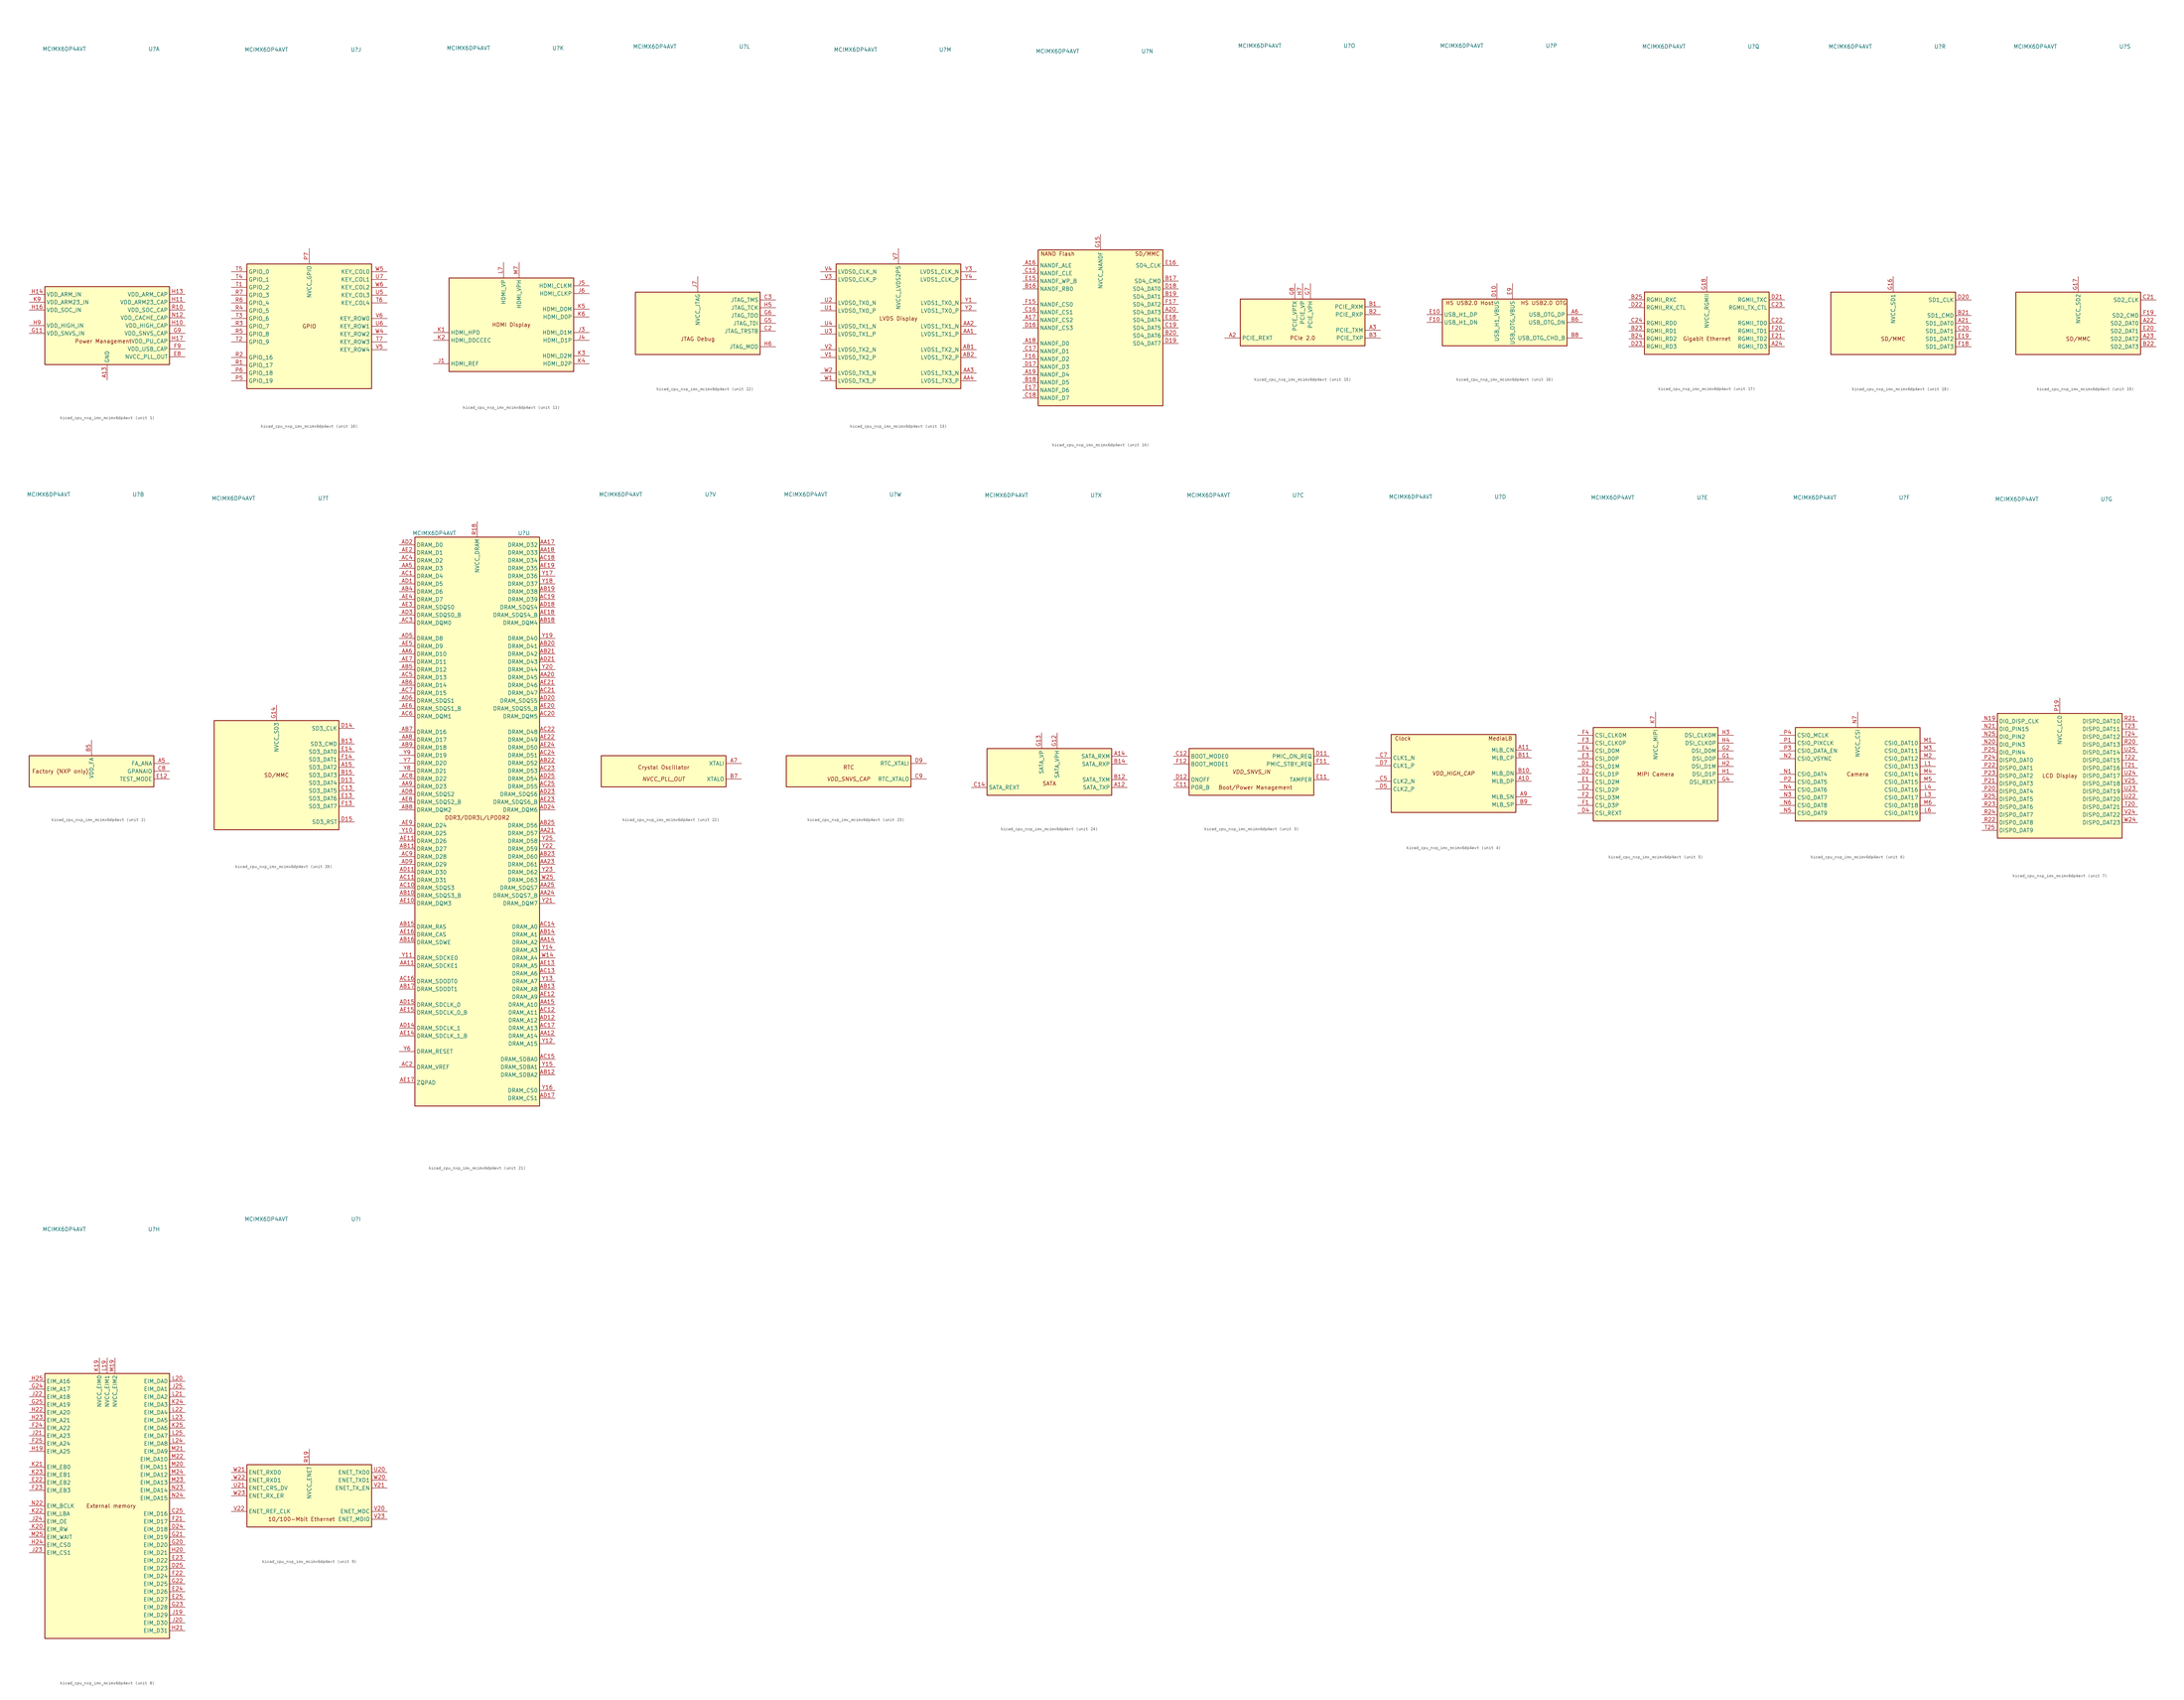
<source format=kicad_sym>
(kicad_symbol_lib
  (version 20220914)
  (generator kicad_symbol_editor)
  (symbol "kicad_cpu_nxp_imx_mcimx6dp4avt"
    (property "Reference" "U"
      (at 15.24 90.17 0)
      (effects (font (size 1.27 1.27))))
    (property "Value" "MCIMX6DP4AVT"
      (at -13.97 90.17 0)
      (effects (font (size 1.27 1.27))))
    (property "ki_locked" ""
      (at 0 0 0)
      (effects (font (size 1.27 1.27))))
    (symbol "kicad_cpu_nxp_imx_mcimx6dp4avt_1_0"
      (text "Power Management" (at -1.27 -5.08 0) (effects (font (size 1.27 1.27)))))
    (symbol "kicad_cpu_nxp_imx_mcimx6dp4avt_1_1"
      (rectangle (start -20.32 12.7) (end 20.32 -12.7) (stroke (width 0.254) (type default)) (fill (type background)))
      (pin power_in line (at 0 -17.78 90) (length 5.08) (name "GND" (effects (font (size 1.27 1.27)))) (number "A13" (effects (font (size 1.27 1.27)))))
      (pin passive line (at 0 -17.78 90) (length 5.08) hide (name "GND" (effects (font (size 1.27 1.27)))) (number "A25" (effects (font (size 1.27 1.27)))))
      (pin passive line (at 0 -17.78 90) (length 5.08) hide (name "GND" (effects (font (size 1.27 1.27)))) (number "A4" (effects (font (size 1.27 1.27)))))
      (pin passive line (at 0 -17.78 90) (length 5.08) hide (name "GND" (effects (font (size 1.27 1.27)))) (number "A8" (effects (font (size 1.27 1.27)))))
      (pin passive line (at 0 -17.78 90) (length 5.08) hide (name "GND" (effects (font (size 1.27 1.27)))) (number "AA10" (effects (font (size 1.27 1.27)))))
      (pin passive line (at 0 -17.78 90) (length 5.08) hide (name "GND" (effects (font (size 1.27 1.27)))) (number "AA13" (effects (font (size 1.27 1.27)))))
      (pin passive line (at 0 -17.78 90) (length 5.08) hide (name "GND" (effects (font (size 1.27 1.27)))) (number "AA16" (effects (font (size 1.27 1.27)))))
      (pin passive line (at 0 -17.78 90) (length 5.08) hide (name "GND" (effects (font (size 1.27 1.27)))) (number "AA19" (effects (font (size 1.27 1.27)))))
      (pin passive line (at 0 -17.78 90) (length 5.08) hide (name "GND" (effects (font (size 1.27 1.27)))) (number "AA22" (effects (font (size 1.27 1.27)))))
      (pin passive line (at 0 -17.78 90) (length 5.08) hide (name "GND" (effects (font (size 1.27 1.27)))) (number "AA7" (effects (font (size 1.27 1.27)))))
      (pin passive line (at 0 -17.78 90) (length 5.08) hide (name "GND" (effects (font (size 1.27 1.27)))) (number "AB24" (effects (font (size 1.27 1.27)))))
      (pin passive line (at 0 -17.78 90) (length 5.08) hide (name "GND" (effects (font (size 1.27 1.27)))) (number "AB3" (effects (font (size 1.27 1.27)))))
      (pin passive line (at 0 -17.78 90) (length 5.08) hide (name "GND" (effects (font (size 1.27 1.27)))) (number "AD10" (effects (font (size 1.27 1.27)))))
      (pin passive line (at 0 -17.78 90) (length 5.08) hide (name "GND" (effects (font (size 1.27 1.27)))) (number "AD13" (effects (font (size 1.27 1.27)))))
      (pin passive line (at 0 -17.78 90) (length 5.08) hide (name "GND" (effects (font (size 1.27 1.27)))) (number "AD16" (effects (font (size 1.27 1.27)))))
      (pin passive line (at 0 -17.78 90) (length 5.08) hide (name "GND" (effects (font (size 1.27 1.27)))) (number "AD19" (effects (font (size 1.27 1.27)))))
      (pin passive line (at 0 -17.78 90) (length 5.08) hide (name "GND" (effects (font (size 1.27 1.27)))) (number "AD22" (effects (font (size 1.27 1.27)))))
      (pin passive line (at 0 -17.78 90) (length 5.08) hide (name "GND" (effects (font (size 1.27 1.27)))) (number "AD4" (effects (font (size 1.27 1.27)))))
      (pin passive line (at 0 -17.78 90) (length 5.08) hide (name "GND" (effects (font (size 1.27 1.27)))) (number "AD7" (effects (font (size 1.27 1.27)))))
      (pin passive line (at 0 -17.78 90) (length 5.08) hide (name "GND" (effects (font (size 1.27 1.27)))) (number "AE1" (effects (font (size 1.27 1.27)))))
      (pin passive line (at 0 -17.78 90) (length 5.08) hide (name "GND" (effects (font (size 1.27 1.27)))) (number "AE25" (effects (font (size 1.27 1.27)))))
      (pin passive line (at 0 -17.78 90) (length 5.08) hide (name "GND" (effects (font (size 1.27 1.27)))) (number "B4" (effects (font (size 1.27 1.27)))))
      (pin passive line (at 0 -17.78 90) (length 5.08) hide (name "GND" (effects (font (size 1.27 1.27)))) (number "C1" (effects (font (size 1.27 1.27)))))
      (pin passive line (at 0 -17.78 90) (length 5.08) hide (name "GND" (effects (font (size 1.27 1.27)))) (number "C10" (effects (font (size 1.27 1.27)))))
      (pin passive line (at 0 -17.78 90) (length 5.08) hide (name "GND" (effects (font (size 1.27 1.27)))) (number "C4" (effects (font (size 1.27 1.27)))))
      (pin passive line (at 0 -17.78 90) (length 5.08) hide (name "GND" (effects (font (size 1.27 1.27)))) (number "C6" (effects (font (size 1.27 1.27)))))
      (pin passive line (at 0 -17.78 90) (length 5.08) hide (name "GND" (effects (font (size 1.27 1.27)))) (number "D3" (effects (font (size 1.27 1.27)))))
      (pin passive line (at 0 -17.78 90) (length 5.08) hide (name "GND" (effects (font (size 1.27 1.27)))) (number "D6" (effects (font (size 1.27 1.27)))))
      (pin passive line (at 0 -17.78 90) (length 5.08) hide (name "GND" (effects (font (size 1.27 1.27)))) (number "D8" (effects (font (size 1.27 1.27)))))
      (pin passive line (at 0 -17.78 90) (length 5.08) hide (name "GND" (effects (font (size 1.27 1.27)))) (number "E5" (effects (font (size 1.27 1.27)))))
      (pin passive line (at 0 -17.78 90) (length 5.08) hide (name "GND" (effects (font (size 1.27 1.27)))) (number "E6" (effects (font (size 1.27 1.27)))))
      (pin passive line (at 0 -17.78 90) (length 5.08) hide (name "GND" (effects (font (size 1.27 1.27)))) (number "E7" (effects (font (size 1.27 1.27)))))
      (pin power_out line (at 25.4 -10.16 180) (length 5.08) (name "NVCC_PLL_OUT" (effects (font (size 1.27 1.27)))) (number "E8" (effects (font (size 1.27 1.27)))))
      (pin passive line (at 0 -17.78 90) (length 5.08) hide (name "GND" (effects (font (size 1.27 1.27)))) (number "F5" (effects (font (size 1.27 1.27)))))
      (pin passive line (at 0 -17.78 90) (length 5.08) hide (name "GND" (effects (font (size 1.27 1.27)))) (number "F6" (effects (font (size 1.27 1.27)))))
      (pin passive line (at 0 -17.78 90) (length 5.08) hide (name "GND" (effects (font (size 1.27 1.27)))) (number "F7" (effects (font (size 1.27 1.27)))))
      (pin passive line (at 0 -17.78 90) (length 5.08) hide (name "GND" (effects (font (size 1.27 1.27)))) (number "F8" (effects (font (size 1.27 1.27)))))
      (pin power_out line (at 25.4 -7.62 180) (length 5.08) (name "VDD_USB_CAP" (effects (font (size 1.27 1.27)))) (number "F9" (effects (font (size 1.27 1.27)))))
      (pin passive line (at 0 -17.78 90) (length 5.08) hide (name "GND" (effects (font (size 1.27 1.27)))) (number "G10" (effects (font (size 1.27 1.27)))))
      (pin power_in line (at -25.4 -2.54 0) (length 5.08) (name "VDD_SNVS_IN" (effects (font (size 1.27 1.27)))) (number "G11" (effects (font (size 1.27 1.27)))))
      (pin passive line (at 0 -17.78 90) (length 5.08) hide (name "GND" (effects (font (size 1.27 1.27)))) (number "G19" (effects (font (size 1.27 1.27)))))
      (pin passive line (at 0 -17.78 90) (length 5.08) hide (name "GND" (effects (font (size 1.27 1.27)))) (number "G3" (effects (font (size 1.27 1.27)))))
      (pin power_out line (at 25.4 -2.54 180) (length 5.08) (name "VDD_SNVS_CAP" (effects (font (size 1.27 1.27)))) (number "G9" (effects (font (size 1.27 1.27)))))
      (pin power_out line (at 25.4 0 180) (length 5.08) (name "VDD_HIGH_CAP" (effects (font (size 1.27 1.27)))) (number "H10" (effects (font (size 1.27 1.27)))))
      (pin power_out line (at 25.4 7.62 180) (length 5.08) (name "VDD_ARM23_CAP" (effects (font (size 1.27 1.27)))) (number "H11" (effects (font (size 1.27 1.27)))))
      (pin passive line (at 0 -17.78 90) (length 5.08) hide (name "GND" (effects (font (size 1.27 1.27)))) (number "H12" (effects (font (size 1.27 1.27)))))
      (pin power_out line (at 25.4 10.16 180) (length 5.08) (name "VDD_ARM_CAP" (effects (font (size 1.27 1.27)))) (number "H13" (effects (font (size 1.27 1.27)))))
      (pin power_in line (at -25.4 10.16 0) (length 5.08) (name "VDD_ARM_IN" (effects (font (size 1.27 1.27)))) (number "H14" (effects (font (size 1.27 1.27)))))
      (pin passive line (at 0 -17.78 90) (length 5.08) hide (name "GND" (effects (font (size 1.27 1.27)))) (number "H15" (effects (font (size 1.27 1.27)))))
      (pin power_in line (at -25.4 5.08 0) (length 5.08) (name "VDD_SOC_IN" (effects (font (size 1.27 1.27)))) (number "H16" (effects (font (size 1.27 1.27)))))
      (pin power_out line (at 25.4 -5.08 180) (length 5.08) (name "VDD_PU_CAP" (effects (font (size 1.27 1.27)))) (number "H17" (effects (font (size 1.27 1.27)))))
      (pin passive line (at 0 -17.78 90) (length 5.08) hide (name "GND" (effects (font (size 1.27 1.27)))) (number "H18" (effects (font (size 1.27 1.27)))))
      (pin passive line (at 0 -17.78 90) (length 5.08) hide (name "GND" (effects (font (size 1.27 1.27)))) (number "H8" (effects (font (size 1.27 1.27)))))
      (pin power_in line (at -25.4 0 0) (length 5.08) (name "VDD_HIGH_IN" (effects (font (size 1.27 1.27)))) (number "H9" (effects (font (size 1.27 1.27)))))
      (pin passive line (at 25.4 0 180) (length 5.08) hide (name "VDD_HIGH_CAP" (effects (font (size 1.27 1.27)))) (number "J10" (effects (font (size 1.27 1.27)))))
      (pin passive line (at 25.4 7.62 180) (length 5.08) hide (name "VDD_ARM23_CAP" (effects (font (size 1.27 1.27)))) (number "J11" (effects (font (size 1.27 1.27)))))
      (pin passive line (at 0 -17.78 90) (length 5.08) hide (name "GND" (effects (font (size 1.27 1.27)))) (number "J12" (effects (font (size 1.27 1.27)))))
      (pin passive line (at 25.4 10.16 180) (length 5.08) hide (name "VDD_ARM_CAP" (effects (font (size 1.27 1.27)))) (number "J13" (effects (font (size 1.27 1.27)))))
      (pin passive line (at -25.4 10.16 0) (length 5.08) hide (name "VDD_ARM_IN" (effects (font (size 1.27 1.27)))) (number "J14" (effects (font (size 1.27 1.27)))))
      (pin passive line (at 0 -17.78 90) (length 5.08) hide (name "GND" (effects (font (size 1.27 1.27)))) (number "J15" (effects (font (size 1.27 1.27)))))
      (pin passive line (at -25.4 5.08 0) (length 5.08) hide (name "VDD_SOC_IN" (effects (font (size 1.27 1.27)))) (number "J16" (effects (font (size 1.27 1.27)))))
      (pin passive line (at 25.4 -5.08 180) (length 5.08) hide (name "VDD_PU_CAP" (effects (font (size 1.27 1.27)))) (number "J17" (effects (font (size 1.27 1.27)))))
      (pin passive line (at 0 -17.78 90) (length 5.08) hide (name "GND" (effects (font (size 1.27 1.27)))) (number "J18" (effects (font (size 1.27 1.27)))))
      (pin passive line (at 0 -17.78 90) (length 5.08) hide (name "GND" (effects (font (size 1.27 1.27)))) (number "J2" (effects (font (size 1.27 1.27)))))
      (pin passive line (at 0 -17.78 90) (length 5.08) hide (name "GND" (effects (font (size 1.27 1.27)))) (number "J8" (effects (font (size 1.27 1.27)))))
      (pin passive line (at -25.4 0 0) (length 5.08) hide (name "VDD_HIGH_IN" (effects (font (size 1.27 1.27)))) (number "J9" (effects (font (size 1.27 1.27)))))
      (pin passive line (at 0 -17.78 90) (length 5.08) hide (name "GND" (effects (font (size 1.27 1.27)))) (number "K10" (effects (font (size 1.27 1.27)))))
      (pin passive line (at 25.4 7.62 180) (length 5.08) hide (name "VDD_ARM23_CAP" (effects (font (size 1.27 1.27)))) (number "K11" (effects (font (size 1.27 1.27)))))
      (pin passive line (at 0 -17.78 90) (length 5.08) hide (name "GND" (effects (font (size 1.27 1.27)))) (number "K12" (effects (font (size 1.27 1.27)))))
      (pin passive line (at 25.4 10.16 180) (length 5.08) hide (name "VDD_ARM_CAP" (effects (font (size 1.27 1.27)))) (number "K13" (effects (font (size 1.27 1.27)))))
      (pin passive line (at -25.4 10.16 0) (length 5.08) hide (name "VDD_ARM_IN" (effects (font (size 1.27 1.27)))) (number "K14" (effects (font (size 1.27 1.27)))))
      (pin passive line (at 0 -17.78 90) (length 5.08) hide (name "GND" (effects (font (size 1.27 1.27)))) (number "K15" (effects (font (size 1.27 1.27)))))
      (pin passive line (at -25.4 5.08 0) (length 5.08) hide (name "VDD_SOC_IN" (effects (font (size 1.27 1.27)))) (number "K16" (effects (font (size 1.27 1.27)))))
      (pin passive line (at 25.4 -5.08 180) (length 5.08) hide (name "VDD_PU_CAP" (effects (font (size 1.27 1.27)))) (number "K17" (effects (font (size 1.27 1.27)))))
      (pin passive line (at 0 -17.78 90) (length 5.08) hide (name "GND" (effects (font (size 1.27 1.27)))) (number "K18" (effects (font (size 1.27 1.27)))))
      (pin passive line (at 0 -17.78 90) (length 5.08) hide (name "GND" (effects (font (size 1.27 1.27)))) (number "K8" (effects (font (size 1.27 1.27)))))
      (pin power_in line (at -25.4 7.62 0) (length 5.08) (name "VDD_ARM23_IN" (effects (font (size 1.27 1.27)))) (number "K9" (effects (font (size 1.27 1.27)))))
      (pin passive line (at 0 -17.78 90) (length 5.08) hide (name "GND" (effects (font (size 1.27 1.27)))) (number "L10" (effects (font (size 1.27 1.27)))))
      (pin passive line (at 25.4 7.62 180) (length 5.08) hide (name "VDD_ARM23_CAP" (effects (font (size 1.27 1.27)))) (number "L11" (effects (font (size 1.27 1.27)))))
      (pin passive line (at 0 -17.78 90) (length 5.08) hide (name "GND" (effects (font (size 1.27 1.27)))) (number "L12" (effects (font (size 1.27 1.27)))))
      (pin passive line (at 25.4 10.16 180) (length 5.08) hide (name "VDD_ARM_CAP" (effects (font (size 1.27 1.27)))) (number "L13" (effects (font (size 1.27 1.27)))))
      (pin passive line (at -25.4 10.16 0) (length 5.08) hide (name "VDD_ARM_IN" (effects (font (size 1.27 1.27)))) (number "L14" (effects (font (size 1.27 1.27)))))
      (pin passive line (at 0 -17.78 90) (length 5.08) hide (name "GND" (effects (font (size 1.27 1.27)))) (number "L15" (effects (font (size 1.27 1.27)))))
      (pin passive line (at -25.4 5.08 0) (length 5.08) hide (name "VDD_SOC_IN" (effects (font (size 1.27 1.27)))) (number "L16" (effects (font (size 1.27 1.27)))))
      (pin passive line (at 25.4 -5.08 180) (length 5.08) hide (name "VDD_PU_CAP" (effects (font (size 1.27 1.27)))) (number "L17" (effects (font (size 1.27 1.27)))))
      (pin passive line (at 0 -17.78 90) (length 5.08) hide (name "GND" (effects (font (size 1.27 1.27)))) (number "L18" (effects (font (size 1.27 1.27)))))
      (pin passive line (at 0 -17.78 90) (length 5.08) hide (name "GND" (effects (font (size 1.27 1.27)))) (number "L2" (effects (font (size 1.27 1.27)))))
      (pin passive line (at 0 -17.78 90) (length 5.08) hide (name "GND" (effects (font (size 1.27 1.27)))) (number "L5" (effects (font (size 1.27 1.27)))))
      (pin passive line (at 0 -17.78 90) (length 5.08) hide (name "GND" (effects (font (size 1.27 1.27)))) (number "L8" (effects (font (size 1.27 1.27)))))
      (pin passive line (at -25.4 7.62 0) (length 5.08) hide (name "VDD_ARM23_IN" (effects (font (size 1.27 1.27)))) (number "L9" (effects (font (size 1.27 1.27)))))
      (pin passive line (at 0 -17.78 90) (length 5.08) hide (name "GND" (effects (font (size 1.27 1.27)))) (number "M10" (effects (font (size 1.27 1.27)))))
      (pin passive line (at 25.4 7.62 180) (length 5.08) hide (name "VDD_ARM23_CAP" (effects (font (size 1.27 1.27)))) (number "M11" (effects (font (size 1.27 1.27)))))
      (pin passive line (at 0 -17.78 90) (length 5.08) hide (name "GND" (effects (font (size 1.27 1.27)))) (number "M12" (effects (font (size 1.27 1.27)))))
      (pin passive line (at 25.4 10.16 180) (length 5.08) hide (name "VDD_ARM_CAP" (effects (font (size 1.27 1.27)))) (number "M13" (effects (font (size 1.27 1.27)))))
      (pin passive line (at -25.4 10.16 0) (length 5.08) hide (name "VDD_ARM_IN" (effects (font (size 1.27 1.27)))) (number "M14" (effects (font (size 1.27 1.27)))))
      (pin passive line (at 0 -17.78 90) (length 5.08) hide (name "GND" (effects (font (size 1.27 1.27)))) (number "M15" (effects (font (size 1.27 1.27)))))
      (pin passive line (at -25.4 5.08 0) (length 5.08) hide (name "VDD_SOC_IN" (effects (font (size 1.27 1.27)))) (number "M16" (effects (font (size 1.27 1.27)))))
      (pin passive line (at 25.4 -5.08 180) (length 5.08) hide (name "VDD_PU_CAP" (effects (font (size 1.27 1.27)))) (number "M17" (effects (font (size 1.27 1.27)))))
      (pin passive line (at 0 -17.78 90) (length 5.08) hide (name "GND" (effects (font (size 1.27 1.27)))) (number "M18" (effects (font (size 1.27 1.27)))))
      (pin passive line (at 0 -17.78 90) (length 5.08) hide (name "GND" (effects (font (size 1.27 1.27)))) (number "M8" (effects (font (size 1.27 1.27)))))
      (pin passive line (at -25.4 7.62 0) (length 5.08) hide (name "VDD_ARM23_IN" (effects (font (size 1.27 1.27)))) (number "M9" (effects (font (size 1.27 1.27)))))
      (pin passive line (at 0 -17.78 90) (length 5.08) hide (name "GND" (effects (font (size 1.27 1.27)))) (number "N10" (effects (font (size 1.27 1.27)))))
      (pin passive line (at 25.4 7.62 180) (length 5.08) hide (name "VDD_ARM23_CAP" (effects (font (size 1.27 1.27)))) (number "N11" (effects (font (size 1.27 1.27)))))
      (pin power_in line (at 25.4 2.54 180) (length 5.08) (name "VDD_CACHE_CAP" (effects (font (size 1.27 1.27)))) (number "N12" (effects (font (size 1.27 1.27)))))
      (pin passive line (at 25.4 10.16 180) (length 5.08) hide (name "VDD_ARM_CAP" (effects (font (size 1.27 1.27)))) (number "N13" (effects (font (size 1.27 1.27)))))
      (pin passive line (at -25.4 10.16 0) (length 5.08) hide (name "VDD_ARM_IN" (effects (font (size 1.27 1.27)))) (number "N14" (effects (font (size 1.27 1.27)))))
      (pin passive line (at 0 -17.78 90) (length 5.08) hide (name "GND" (effects (font (size 1.27 1.27)))) (number "N15" (effects (font (size 1.27 1.27)))))
      (pin passive line (at -25.4 5.08 0) (length 5.08) hide (name "VDD_SOC_IN" (effects (font (size 1.27 1.27)))) (number "N16" (effects (font (size 1.27 1.27)))))
      (pin passive line (at 25.4 -5.08 180) (length 5.08) hide (name "VDD_PU_CAP" (effects (font (size 1.27 1.27)))) (number "N17" (effects (font (size 1.27 1.27)))))
      (pin passive line (at 0 -17.78 90) (length 5.08) hide (name "GND" (effects (font (size 1.27 1.27)))) (number "N18" (effects (font (size 1.27 1.27)))))
      (pin passive line (at 0 -17.78 90) (length 5.08) hide (name "GND" (effects (font (size 1.27 1.27)))) (number "N8" (effects (font (size 1.27 1.27)))))
      (pin passive line (at -25.4 7.62 0) (length 5.08) hide (name "VDD_ARM23_IN" (effects (font (size 1.27 1.27)))) (number "N9" (effects (font (size 1.27 1.27)))))
      (pin passive line (at 0 -17.78 90) (length 5.08) hide (name "GND" (effects (font (size 1.27 1.27)))) (number "P10" (effects (font (size 1.27 1.27)))))
      (pin passive line (at 25.4 7.62 180) (length 5.08) hide (name "VDD_ARM23_CAP" (effects (font (size 1.27 1.27)))) (number "P11" (effects (font (size 1.27 1.27)))))
      (pin passive line (at 0 -17.78 90) (length 5.08) hide (name "GND" (effects (font (size 1.27 1.27)))) (number "P12" (effects (font (size 1.27 1.27)))))
      (pin passive line (at 25.4 10.16 180) (length 5.08) hide (name "VDD_ARM_CAP" (effects (font (size 1.27 1.27)))) (number "P13" (effects (font (size 1.27 1.27)))))
      (pin passive line (at -25.4 10.16 0) (length 5.08) hide (name "VDD_ARM_IN" (effects (font (size 1.27 1.27)))) (number "P14" (effects (font (size 1.27 1.27)))))
      (pin passive line (at 0 -17.78 90) (length 5.08) hide (name "GND" (effects (font (size 1.27 1.27)))) (number "P15" (effects (font (size 1.27 1.27)))))
      (pin passive line (at -25.4 5.08 0) (length 5.08) hide (name "VDD_SOC_IN" (effects (font (size 1.27 1.27)))) (number "P16" (effects (font (size 1.27 1.27)))))
      (pin passive line (at 25.4 -5.08 180) (length 5.08) hide (name "VDD_PU_CAP" (effects (font (size 1.27 1.27)))) (number "P17" (effects (font (size 1.27 1.27)))))
      (pin passive line (at 0 -17.78 90) (length 5.08) hide (name "GND" (effects (font (size 1.27 1.27)))) (number "P18" (effects (font (size 1.27 1.27)))))
      (pin passive line (at 0 -17.78 90) (length 5.08) hide (name "GND" (effects (font (size 1.27 1.27)))) (number "P8" (effects (font (size 1.27 1.27)))))
      (pin passive line (at -25.4 7.62 0) (length 5.08) hide (name "VDD_ARM23_IN" (effects (font (size 1.27 1.27)))) (number "P9" (effects (font (size 1.27 1.27)))))
      (pin power_out line (at 25.4 5.08 180) (length 5.08) (name "VDD_SOC_CAP" (effects (font (size 1.27 1.27)))) (number "R10" (effects (font (size 1.27 1.27)))))
      (pin passive line (at 25.4 7.62 180) (length 5.08) hide (name "VDD_ARM23_CAP" (effects (font (size 1.27 1.27)))) (number "R11" (effects (font (size 1.27 1.27)))))
      (pin passive line (at 0 -17.78 90) (length 5.08) hide (name "GND" (effects (font (size 1.27 1.27)))) (number "R12" (effects (font (size 1.27 1.27)))))
      (pin passive line (at 25.4 10.16 180) (length 5.08) hide (name "VDD_ARM_CAP" (effects (font (size 1.27 1.27)))) (number "R13" (effects (font (size 1.27 1.27)))))
      (pin passive line (at -25.4 10.16 0) (length 5.08) hide (name "VDD_ARM_IN" (effects (font (size 1.27 1.27)))) (number "R14" (effects (font (size 1.27 1.27)))))
      (pin passive line (at 0 -17.78 90) (length 5.08) hide (name "GND" (effects (font (size 1.27 1.27)))) (number "R15" (effects (font (size 1.27 1.27)))))
      (pin passive line (at -25.4 5.08 0) (length 5.08) hide (name "VDD_SOC_IN" (effects (font (size 1.27 1.27)))) (number "R16" (effects (font (size 1.27 1.27)))))
      (pin passive line (at 0 -17.78 90) (length 5.08) hide (name "GND" (effects (font (size 1.27 1.27)))) (number "R17" (effects (font (size 1.27 1.27)))))
      (pin passive line (at 0 -17.78 90) (length 5.08) hide (name "GND" (effects (font (size 1.27 1.27)))) (number "R8" (effects (font (size 1.27 1.27)))))
      (pin passive line (at -25.4 7.62 0) (length 5.08) hide (name "VDD_ARM23_IN" (effects (font (size 1.27 1.27)))) (number "R9" (effects (font (size 1.27 1.27)))))
      (pin passive line (at 25.4 5.08 180) (length 5.08) hide (name "VDD_SOC_CAP" (effects (font (size 1.27 1.27)))) (number "T10" (effects (font (size 1.27 1.27)))))
      (pin passive line (at 0 -17.78 90) (length 5.08) hide (name "GND" (effects (font (size 1.27 1.27)))) (number "T11" (effects (font (size 1.27 1.27)))))
      (pin passive line (at 0 -17.78 90) (length 5.08) hide (name "GND" (effects (font (size 1.27 1.27)))) (number "T12" (effects (font (size 1.27 1.27)))))
      (pin passive line (at 25.4 5.08 180) (length 5.08) hide (name "VDD_SOC_CAP" (effects (font (size 1.27 1.27)))) (number "T13" (effects (font (size 1.27 1.27)))))
      (pin passive line (at 25.4 5.08 180) (length 5.08) hide (name "VDD_SOC_CAP" (effects (font (size 1.27 1.27)))) (number "T14" (effects (font (size 1.27 1.27)))))
      (pin passive line (at 0 -17.78 90) (length 5.08) hide (name "GND" (effects (font (size 1.27 1.27)))) (number "T15" (effects (font (size 1.27 1.27)))))
      (pin passive line (at -25.4 5.08 0) (length 5.08) hide (name "VDD_SOC_IN" (effects (font (size 1.27 1.27)))) (number "T16" (effects (font (size 1.27 1.27)))))
      (pin passive line (at 0 -17.78 90) (length 5.08) hide (name "GND" (effects (font (size 1.27 1.27)))) (number "T17" (effects (font (size 1.27 1.27)))))
      (pin passive line (at 0 -17.78 90) (length 5.08) hide (name "GND" (effects (font (size 1.27 1.27)))) (number "T19" (effects (font (size 1.27 1.27)))))
      (pin passive line (at 0 -17.78 90) (length 5.08) hide (name "GND" (effects (font (size 1.27 1.27)))) (number "T8" (effects (font (size 1.27 1.27)))))
      (pin passive line (at -25.4 7.62 0) (length 5.08) hide (name "VDD_ARM23_IN" (effects (font (size 1.27 1.27)))) (number "T9" (effects (font (size 1.27 1.27)))))
      (pin passive line (at 25.4 5.08 180) (length 5.08) hide (name "VDD_SOC_CAP" (effects (font (size 1.27 1.27)))) (number "U10" (effects (font (size 1.27 1.27)))))
      (pin passive line (at 0 -17.78 90) (length 5.08) hide (name "GND" (effects (font (size 1.27 1.27)))) (number "U11" (effects (font (size 1.27 1.27)))))
      (pin passive line (at 0 -17.78 90) (length 5.08) hide (name "GND" (effects (font (size 1.27 1.27)))) (number "U12" (effects (font (size 1.27 1.27)))))
      (pin passive line (at 25.4 5.08 180) (length 5.08) hide (name "VDD_SOC_CAP" (effects (font (size 1.27 1.27)))) (number "U13" (effects (font (size 1.27 1.27)))))
      (pin passive line (at 25.4 5.08 180) (length 5.08) hide (name "VDD_SOC_CAP" (effects (font (size 1.27 1.27)))) (number "U14" (effects (font (size 1.27 1.27)))))
      (pin passive line (at 0 -17.78 90) (length 5.08) hide (name "GND" (effects (font (size 1.27 1.27)))) (number "U15" (effects (font (size 1.27 1.27)))))
      (pin passive line (at -25.4 5.08 0) (length 5.08) hide (name "VDD_SOC_IN" (effects (font (size 1.27 1.27)))) (number "U16" (effects (font (size 1.27 1.27)))))
      (pin passive line (at 0 -17.78 90) (length 5.08) hide (name "GND" (effects (font (size 1.27 1.27)))) (number "U17" (effects (font (size 1.27 1.27)))))
      (pin passive line (at 0 -17.78 90) (length 5.08) hide (name "GND" (effects (font (size 1.27 1.27)))) (number "U19" (effects (font (size 1.27 1.27)))))
      (pin passive line (at 0 -17.78 90) (length 5.08) hide (name "GND" (effects (font (size 1.27 1.27)))) (number "U8" (effects (font (size 1.27 1.27)))))
      (pin passive line (at -25.4 7.62 0) (length 5.08) hide (name "VDD_ARM23_IN" (effects (font (size 1.27 1.27)))) (number "U9" (effects (font (size 1.27 1.27)))))
      (pin passive line (at 0 -17.78 90) (length 5.08) hide (name "GND" (effects (font (size 1.27 1.27)))) (number "V19" (effects (font (size 1.27 1.27)))))
      (pin passive line (at 0 -17.78 90) (length 5.08) hide (name "GND" (effects (font (size 1.27 1.27)))) (number "V8" (effects (font (size 1.27 1.27)))))
      (pin passive line (at 0 -17.78 90) (length 5.08) hide (name "GND" (effects (font (size 1.27 1.27)))) (number "W10" (effects (font (size 1.27 1.27)))))
      (pin passive line (at 0 -17.78 90) (length 5.08) hide (name "GND" (effects (font (size 1.27 1.27)))) (number "W11" (effects (font (size 1.27 1.27)))))
      (pin passive line (at 0 -17.78 90) (length 5.08) hide (name "GND" (effects (font (size 1.27 1.27)))) (number "W12" (effects (font (size 1.27 1.27)))))
      (pin passive line (at 0 -17.78 90) (length 5.08) hide (name "GND" (effects (font (size 1.27 1.27)))) (number "W13" (effects (font (size 1.27 1.27)))))
      (pin passive line (at 0 -17.78 90) (length 5.08) hide (name "GND" (effects (font (size 1.27 1.27)))) (number "W15" (effects (font (size 1.27 1.27)))))
      (pin passive line (at 0 -17.78 90) (length 5.08) hide (name "GND" (effects (font (size 1.27 1.27)))) (number "W16" (effects (font (size 1.27 1.27)))))
      (pin passive line (at 0 -17.78 90) (length 5.08) hide (name "GND" (effects (font (size 1.27 1.27)))) (number "W17" (effects (font (size 1.27 1.27)))))
      (pin passive line (at 0 -17.78 90) (length 5.08) hide (name "GND" (effects (font (size 1.27 1.27)))) (number "W18" (effects (font (size 1.27 1.27)))))
      (pin passive line (at 0 -17.78 90) (length 5.08) hide (name "GND" (effects (font (size 1.27 1.27)))) (number "W19" (effects (font (size 1.27 1.27)))))
      (pin passive line (at 0 -17.78 90) (length 5.08) hide (name "GND" (effects (font (size 1.27 1.27)))) (number "W3" (effects (font (size 1.27 1.27)))))
      (pin passive line (at 0 -17.78 90) (length 5.08) hide (name "GND" (effects (font (size 1.27 1.27)))) (number "W7" (effects (font (size 1.27 1.27)))))
      (pin passive line (at 0 -17.78 90) (length 5.08) hide (name "GND" (effects (font (size 1.27 1.27)))) (number "W8" (effects (font (size 1.27 1.27)))))
      (pin passive line (at 0 -17.78 90) (length 5.08) hide (name "GND" (effects (font (size 1.27 1.27)))) (number "W9" (effects (font (size 1.27 1.27)))))
      (pin passive line (at 0 -17.78 90) (length 5.08) hide (name "GND" (effects (font (size 1.27 1.27)))) (number "Y24" (effects (font (size 1.27 1.27)))))
      (pin passive line (at 0 -17.78 90) (length 5.08) hide (name "GND" (effects (font (size 1.27 1.27)))) (number "Y5" (effects (font (size 1.27 1.27))))))
    (symbol "kicad_cpu_nxp_imx_mcimx6dp4avt_2_0"
      (text "Factory (NXP only)" (at -10.16 0 0) (effects (font (size 1.27 1.27)))))
    (symbol "kicad_cpu_nxp_imx_mcimx6dp4avt_2_1"
      (rectangle (start -20.32 5.08) (end 20.32 -5.08) (stroke (width 0.254) (type default)) (fill (type background)))
      (pin passive line (at 25.4 2.54 180) (length 5.08) (name "FA_ANA" (effects (font (size 1.27 1.27)))) (number "A5" (effects (font (size 1.27 1.27)))))
      (pin passive line (at 0 10.16 270) (length 5.08) (name "VDD_FA" (effects (font (size 1.27 1.27)))) (number "B5" (effects (font (size 1.27 1.27)))))
      (pin passive line (at 25.4 0 180) (length 5.08) (name "GPANAIO" (effects (font (size 1.27 1.27)))) (number "C8" (effects (font (size 1.27 1.27)))))
      (pin passive line (at 25.4 -2.54 180) (length 5.08) (name "TEST_MODE" (effects (font (size 1.27 1.27)))) (number "E12" (effects (font (size 1.27 1.27))))))
    (symbol "kicad_cpu_nxp_imx_mcimx6dp4avt_3_0"
      (text "Boot/Power Management" (at 1.27 -5.08 0) (effects (font (size 1.27 1.27)))))
    (symbol "kicad_cpu_nxp_imx_mcimx6dp4avt_3_1"
      (rectangle (start -20.32 7.62) (end 20.32 -7.62) (stroke (width 0.254) (type default)) (fill (type background)))
      (text "VDD_SNVS_IN" (at 0 0 0) (effects (font (size 1.27 1.27) italic)))
      (pin input line (at -25.4 -5.08 0) (length 5.08) (name "POR_B" (effects (font (size 1.27 1.27)))) (number "C11" (effects (font (size 1.27 1.27)))))
      (pin input line (at -25.4 5.08 0) (length 5.08) (name "BOOT_MODE0" (effects (font (size 1.27 1.27)))) (number "C12" (effects (font (size 1.27 1.27)))))
      (pin output line (at 25.4 5.08 180) (length 5.08) (name "PMIC_ON_REQ" (effects (font (size 1.27 1.27)))) (number "D11" (effects (font (size 1.27 1.27)))))
      (pin input line (at -25.4 -2.54 0) (length 5.08) (name "ONOFF" (effects (font (size 1.27 1.27)))) (number "D12" (effects (font (size 1.27 1.27)))))
      (pin input line (at 25.4 -2.54 180) (length 5.08) (name "TAMPER" (effects (font (size 1.27 1.27)))) (number "E11" (effects (font (size 1.27 1.27)))))
      (pin output line (at 25.4 2.54 180) (length 5.08) (name "PMIC_STBY_REQ" (effects (font (size 1.27 1.27)))) (number "F11" (effects (font (size 1.27 1.27)))))
      (pin input line (at -25.4 2.54 0) (length 5.08) (name "BOOT_MODE1" (effects (font (size 1.27 1.27)))) (number "F12" (effects (font (size 1.27 1.27))))))
    (symbol "kicad_cpu_nxp_imx_mcimx6dp4avt_4_0"
      (text "Clock" (at -16.51 11.43 0) (effects (font (size 1.27 1.27))))
      (text "MediaLB" (at 15.24 11.43 0) (effects (font (size 1.27 1.27)))))
    (symbol "kicad_cpu_nxp_imx_mcimx6dp4avt_4_1"
      (rectangle (start -20.32 12.7) (end 20.32 -12.7) (stroke (width 0.254) (type default)) (fill (type background)))
      (text "VDD_HIGH_CAP" (at 0 0 0) (effects (font (size 1.27 1.27) italic)))
      (pin bidirectional line (at 25.4 -2.54 180) (length 5.08) (name "MLB_DP" (effects (font (size 1.27 1.27)))) (number "A10" (effects (font (size 1.27 1.27)))))
      (pin input line (at 25.4 7.62 180) (length 5.08) (name "MLB_CN" (effects (font (size 1.27 1.27)))) (number "A11" (effects (font (size 1.27 1.27)))))
      (pin bidirectional line (at 25.4 -7.62 180) (length 5.08) (name "MLB_SN" (effects (font (size 1.27 1.27)))) (number "A9" (effects (font (size 1.27 1.27)))))
      (pin bidirectional line (at 25.4 0 180) (length 5.08) (name "MLB_DN" (effects (font (size 1.27 1.27)))) (number "B10" (effects (font (size 1.27 1.27)))))
      (pin input line (at 25.4 5.08 180) (length 5.08) (name "MLB_CP" (effects (font (size 1.27 1.27)))) (number "B11" (effects (font (size 1.27 1.27)))))
      (pin bidirectional line (at 25.4 -10.16 180) (length 5.08) (name "MLB_SP" (effects (font (size 1.27 1.27)))) (number "B9" (effects (font (size 1.27 1.27)))))
      (pin bidirectional line (at -25.4 -2.54 0) (length 5.08) (name "CLK2_N" (effects (font (size 1.27 1.27)))) (number "C5" (effects (font (size 1.27 1.27)))))
      (pin bidirectional line (at -25.4 5.08 0) (length 5.08) (name "CLK1_N" (effects (font (size 1.27 1.27)))) (number "C7" (effects (font (size 1.27 1.27)))))
      (pin bidirectional line (at -25.4 -5.08 0) (length 5.08) (name "CLK2_P" (effects (font (size 1.27 1.27)))) (number "D5" (effects (font (size 1.27 1.27)))))
      (pin bidirectional line (at -25.4 2.54 0) (length 5.08) (name "CLK1_P" (effects (font (size 1.27 1.27)))) (number "D7" (effects (font (size 1.27 1.27))))))
    (symbol "kicad_cpu_nxp_imx_mcimx6dp4avt_5_0"
      (text "MIPI Camera" (at 0 0 0) (effects (font (size 1.27 1.27)))))
    (symbol "kicad_cpu_nxp_imx_mcimx6dp4avt_5_1"
      (rectangle (start -20.32 15.24) (end 20.32 -15.24) (stroke (width 0.254) (type default)) (fill (type background)))
      (pin input line (at -25.4 2.54 0) (length 5.08) (name "CSI_D1M" (effects (font (size 1.27 1.27)))) (number "D1" (effects (font (size 1.27 1.27)))))
      (pin input line (at -25.4 0 0) (length 5.08) (name "CSI_D1P" (effects (font (size 1.27 1.27)))) (number "D2" (effects (font (size 1.27 1.27)))))
      (pin passive line (at -25.4 -12.7 0) (length 5.08) (name "CSI_REXT" (effects (font (size 1.27 1.27)))) (number "D4" (effects (font (size 1.27 1.27)))))
      (pin input line (at -25.4 -2.54 0) (length 5.08) (name "CSI_D2M" (effects (font (size 1.27 1.27)))) (number "E1" (effects (font (size 1.27 1.27)))))
      (pin input line (at -25.4 -5.08 0) (length 5.08) (name "CSI_D2P" (effects (font (size 1.27 1.27)))) (number "E2" (effects (font (size 1.27 1.27)))))
      (pin input line (at -25.4 5.08 0) (length 5.08) (name "CSI_D0P" (effects (font (size 1.27 1.27)))) (number "E3" (effects (font (size 1.27 1.27)))))
      (pin input line (at -25.4 7.62 0) (length 5.08) (name "CSI_D0M" (effects (font (size 1.27 1.27)))) (number "E4" (effects (font (size 1.27 1.27)))))
      (pin input line (at -25.4 -10.16 0) (length 5.08) (name "CSI_D3P" (effects (font (size 1.27 1.27)))) (number "F1" (effects (font (size 1.27 1.27)))))
      (pin input line (at -25.4 -7.62 0) (length 5.08) (name "CSI_D3M" (effects (font (size 1.27 1.27)))) (number "F2" (effects (font (size 1.27 1.27)))))
      (pin input line (at -25.4 10.16 0) (length 5.08) (name "CSI_CLK0P" (effects (font (size 1.27 1.27)))) (number "F3" (effects (font (size 1.27 1.27)))))
      (pin input line (at -25.4 12.7 0) (length 5.08) (name "CSI_CLK0M" (effects (font (size 1.27 1.27)))) (number "F4" (effects (font (size 1.27 1.27)))))
      (pin output line (at 25.4 5.08 180) (length 5.08) (name "DSI_D0P" (effects (font (size 1.27 1.27)))) (number "G1" (effects (font (size 1.27 1.27)))))
      (pin output line (at 25.4 7.62 180) (length 5.08) (name "DSI_D0M" (effects (font (size 1.27 1.27)))) (number "G2" (effects (font (size 1.27 1.27)))))
      (pin passive line (at 25.4 -2.54 180) (length 5.08) (name "DSI_REXT" (effects (font (size 1.27 1.27)))) (number "G4" (effects (font (size 1.27 1.27)))))
      (pin output line (at 25.4 0 180) (length 5.08) (name "DSI_D1P" (effects (font (size 1.27 1.27)))) (number "H1" (effects (font (size 1.27 1.27)))))
      (pin output line (at 25.4 2.54 180) (length 5.08) (name "DSI_D1M" (effects (font (size 1.27 1.27)))) (number "H2" (effects (font (size 1.27 1.27)))))
      (pin output line (at 25.4 12.7 180) (length 5.08) (name "DSI_CLK0M" (effects (font (size 1.27 1.27)))) (number "H3" (effects (font (size 1.27 1.27)))))
      (pin output line (at 25.4 10.16 180) (length 5.08) (name "DSI_CLK0P" (effects (font (size 1.27 1.27)))) (number "H4" (effects (font (size 1.27 1.27)))))
      (pin power_in line (at 0 20.32 270) (length 5.08) (name "NVCC_MIPI" (effects (font (size 1.27 1.27)))) (number "K7" (effects (font (size 1.27 1.27))))))
    (symbol "kicad_cpu_nxp_imx_mcimx6dp4avt_6_0"
      (text "Camera" (at 0 0 0) (effects (font (size 1.27 1.27)))))
    (symbol "kicad_cpu_nxp_imx_mcimx6dp4avt_6_1"
      (rectangle (start -20.32 15.24) (end 20.32 -15.24) (stroke (width 0.254) (type default)) (fill (type background)))
      (pin bidirectional line (at 25.4 2.54 180) (length 5.08) (name "CSI0_DAT13" (effects (font (size 1.27 1.27)))) (number "L1" (effects (font (size 1.27 1.27)))))
      (pin bidirectional line (at 25.4 -7.62 180) (length 5.08) (name "CSI0_DAT17" (effects (font (size 1.27 1.27)))) (number "L3" (effects (font (size 1.27 1.27)))))
      (pin bidirectional line (at 25.4 -5.08 180) (length 5.08) (name "CSI0_DAT16" (effects (font (size 1.27 1.27)))) (number "L4" (effects (font (size 1.27 1.27)))))
      (pin bidirectional line (at 25.4 -12.7 180) (length 5.08) (name "CSI0_DAT19" (effects (font (size 1.27 1.27)))) (number "L6" (effects (font (size 1.27 1.27)))))
      (pin bidirectional line (at 25.4 10.16 180) (length 5.08) (name "CSI0_DAT10" (effects (font (size 1.27 1.27)))) (number "M1" (effects (font (size 1.27 1.27)))))
      (pin bidirectional line (at 25.4 5.08 180) (length 5.08) (name "CSI0_DAT12" (effects (font (size 1.27 1.27)))) (number "M2" (effects (font (size 1.27 1.27)))))
      (pin bidirectional line (at 25.4 7.62 180) (length 5.08) (name "CSI0_DAT11" (effects (font (size 1.27 1.27)))) (number "M3" (effects (font (size 1.27 1.27)))))
      (pin bidirectional line (at 25.4 0 180) (length 5.08) (name "CSI0_DAT14" (effects (font (size 1.27 1.27)))) (number "M4" (effects (font (size 1.27 1.27)))))
      (pin bidirectional line (at 25.4 -2.54 180) (length 5.08) (name "CSI0_DAT15" (effects (font (size 1.27 1.27)))) (number "M5" (effects (font (size 1.27 1.27)))))
      (pin bidirectional line (at 25.4 -10.16 180) (length 5.08) (name "CSI0_DAT18" (effects (font (size 1.27 1.27)))) (number "M6" (effects (font (size 1.27 1.27)))))
      (pin bidirectional line (at -25.4 0 0) (length 5.08) (name "CSI0_DAT4" (effects (font (size 1.27 1.27)))) (number "N1" (effects (font (size 1.27 1.27)))))
      (pin bidirectional line (at -25.4 5.08 0) (length 5.08) (name "CSI0_VSYNC" (effects (font (size 1.27 1.27)))) (number "N2" (effects (font (size 1.27 1.27)))))
      (pin bidirectional line (at -25.4 -7.62 0) (length 5.08) (name "CSI0_DAT7" (effects (font (size 1.27 1.27)))) (number "N3" (effects (font (size 1.27 1.27)))))
      (pin bidirectional line (at -25.4 -5.08 0) (length 5.08) (name "CSI0_DAT6" (effects (font (size 1.27 1.27)))) (number "N4" (effects (font (size 1.27 1.27)))))
      (pin bidirectional line (at -25.4 -12.7 0) (length 5.08) (name "CSI0_DAT9" (effects (font (size 1.27 1.27)))) (number "N5" (effects (font (size 1.27 1.27)))))
      (pin bidirectional line (at -25.4 -10.16 0) (length 5.08) (name "CSI0_DAT8" (effects (font (size 1.27 1.27)))) (number "N6" (effects (font (size 1.27 1.27)))))
      (pin power_in line (at 0 20.32 270) (length 5.08) (name "NVCC_CSI" (effects (font (size 1.27 1.27)))) (number "N7" (effects (font (size 1.27 1.27)))))
      (pin bidirectional line (at -25.4 10.16 0) (length 5.08) (name "CSI0_PIXCLK" (effects (font (size 1.27 1.27)))) (number "P1" (effects (font (size 1.27 1.27)))))
      (pin bidirectional line (at -25.4 -2.54 0) (length 5.08) (name "CSI0_DAT5" (effects (font (size 1.27 1.27)))) (number "P2" (effects (font (size 1.27 1.27)))))
      (pin bidirectional line (at -25.4 7.62 0) (length 5.08) (name "CSI0_DATA_EN" (effects (font (size 1.27 1.27)))) (number "P3" (effects (font (size 1.27 1.27)))))
      (pin bidirectional line (at -25.4 12.7 0) (length 5.08) (name "CSI0_MCLK" (effects (font (size 1.27 1.27)))) (number "P4" (effects (font (size 1.27 1.27))))))
    (symbol "kicad_cpu_nxp_imx_mcimx6dp4avt_7_0"
      (text "LCD Display" (at 0 0 0) (effects (font (size 1.27 1.27)))))
    (symbol "kicad_cpu_nxp_imx_mcimx6dp4avt_7_1"
      (rectangle (start -20.32 20.32) (end 20.32 -20.32) (stroke (width 0.254) (type default)) (fill (type background)))
      (pin bidirectional line (at -25.4 17.78 0) (length 5.08) (name "DI0_DISP_CLK" (effects (font (size 1.27 1.27)))) (number "N19" (effects (font (size 1.27 1.27)))))
      (pin bidirectional line (at -25.4 10.16 0) (length 5.08) (name "DI0_PIN3" (effects (font (size 1.27 1.27)))) (number "N20" (effects (font (size 1.27 1.27)))))
      (pin bidirectional line (at -25.4 15.24 0) (length 5.08) (name "DI0_PIN15" (effects (font (size 1.27 1.27)))) (number "N21" (effects (font (size 1.27 1.27)))))
      (pin bidirectional line (at -25.4 12.7 0) (length 5.08) (name "DI0_PIN2" (effects (font (size 1.27 1.27)))) (number "N25" (effects (font (size 1.27 1.27)))))
      (pin power_in line (at 0 25.4 270) (length 5.08) (name "NVCC_LCD" (effects (font (size 1.27 1.27)))) (number "P19" (effects (font (size 1.27 1.27)))))
      (pin bidirectional line (at -25.4 -5.08 0) (length 5.08) (name "DISP0_DAT4" (effects (font (size 1.27 1.27)))) (number "P20" (effects (font (size 1.27 1.27)))))
      (pin bidirectional line (at -25.4 -2.54 0) (length 5.08) (name "DISP0_DAT3" (effects (font (size 1.27 1.27)))) (number "P21" (effects (font (size 1.27 1.27)))))
      (pin bidirectional line (at -25.4 2.54 0) (length 5.08) (name "DISP0_DAT1" (effects (font (size 1.27 1.27)))) (number "P22" (effects (font (size 1.27 1.27)))))
      (pin bidirectional line (at -25.4 0 0) (length 5.08) (name "DISP0_DAT2" (effects (font (size 1.27 1.27)))) (number "P23" (effects (font (size 1.27 1.27)))))
      (pin bidirectional line (at -25.4 5.08 0) (length 5.08) (name "DISP0_DAT0" (effects (font (size 1.27 1.27)))) (number "P24" (effects (font (size 1.27 1.27)))))
      (pin bidirectional line (at -25.4 7.62 0) (length 5.08) (name "DI0_PIN4" (effects (font (size 1.27 1.27)))) (number "P25" (effects (font (size 1.27 1.27)))))
      (pin bidirectional line (at 25.4 10.16 180) (length 5.08) (name "DISP0_DAT13" (effects (font (size 1.27 1.27)))) (number "R20" (effects (font (size 1.27 1.27)))))
      (pin bidirectional line (at 25.4 17.78 180) (length 5.08) (name "DISP0_DAT10" (effects (font (size 1.27 1.27)))) (number "R21" (effects (font (size 1.27 1.27)))))
      (pin bidirectional line (at -25.4 -15.24 0) (length 5.08) (name "DISP0_DAT8" (effects (font (size 1.27 1.27)))) (number "R22" (effects (font (size 1.27 1.27)))))
      (pin bidirectional line (at -25.4 -10.16 0) (length 5.08) (name "DISP0_DAT6" (effects (font (size 1.27 1.27)))) (number "R23" (effects (font (size 1.27 1.27)))))
      (pin bidirectional line (at -25.4 -12.7 0) (length 5.08) (name "DISP0_DAT7" (effects (font (size 1.27 1.27)))) (number "R24" (effects (font (size 1.27 1.27)))))
      (pin bidirectional line (at -25.4 -7.62 0) (length 5.08) (name "DISP0_DAT5" (effects (font (size 1.27 1.27)))) (number "R25" (effects (font (size 1.27 1.27)))))
      (pin bidirectional line (at 25.4 -10.16 180) (length 5.08) (name "DISP0_DAT21" (effects (font (size 1.27 1.27)))) (number "T20" (effects (font (size 1.27 1.27)))))
      (pin bidirectional line (at 25.4 2.54 180) (length 5.08) (name "DISP0_DAT16" (effects (font (size 1.27 1.27)))) (number "T21" (effects (font (size 1.27 1.27)))))
      (pin bidirectional line (at 25.4 5.08 180) (length 5.08) (name "DISP0_DAT15" (effects (font (size 1.27 1.27)))) (number "T22" (effects (font (size 1.27 1.27)))))
      (pin bidirectional line (at 25.4 15.24 180) (length 5.08) (name "DISP0_DAT11" (effects (font (size 1.27 1.27)))) (number "T23" (effects (font (size 1.27 1.27)))))
      (pin bidirectional line (at 25.4 12.7 180) (length 5.08) (name "DISP0_DAT12" (effects (font (size 1.27 1.27)))) (number "T24" (effects (font (size 1.27 1.27)))))
      (pin bidirectional line (at -25.4 -17.78 0) (length 5.08) (name "DISP0_DAT9" (effects (font (size 1.27 1.27)))) (number "T25" (effects (font (size 1.27 1.27)))))
      (pin bidirectional line (at 25.4 -7.62 180) (length 5.08) (name "DISP0_DAT20" (effects (font (size 1.27 1.27)))) (number "U22" (effects (font (size 1.27 1.27)))))
      (pin bidirectional line (at 25.4 -5.08 180) (length 5.08) (name "DISP0_DAT19" (effects (font (size 1.27 1.27)))) (number "U23" (effects (font (size 1.27 1.27)))))
      (pin bidirectional line (at 25.4 0 180) (length 5.08) (name "DISP0_DAT17" (effects (font (size 1.27 1.27)))) (number "U24" (effects (font (size 1.27 1.27)))))
      (pin bidirectional line (at 25.4 7.62 180) (length 5.08) (name "DISP0_DAT14" (effects (font (size 1.27 1.27)))) (number "U25" (effects (font (size 1.27 1.27)))))
      (pin bidirectional line (at 25.4 -12.7 180) (length 5.08) (name "DISP0_DAT22" (effects (font (size 1.27 1.27)))) (number "V24" (effects (font (size 1.27 1.27)))))
      (pin bidirectional line (at 25.4 -2.54 180) (length 5.08) (name "DISP0_DAT18" (effects (font (size 1.27 1.27)))) (number "V25" (effects (font (size 1.27 1.27)))))
      (pin bidirectional line (at 25.4 -15.24 180) (length 5.08) (name "DISP0_DAT23" (effects (font (size 1.27 1.27)))) (number "W24" (effects (font (size 1.27 1.27))))))
    (symbol "kicad_cpu_nxp_imx_mcimx6dp4avt_8_0"
      (text "External memory" (at 1.27 0 0) (effects (font (size 1.27 1.27)))))
    (symbol "kicad_cpu_nxp_imx_mcimx6dp4avt_8_1"
      (rectangle (start -20.32 43.18) (end 20.32 -43.18) (stroke (width 0.254) (type default)) (fill (type background)))
      (pin bidirectional line (at 25.4 -2.54 180) (length 5.08) (name "EIM_D16" (effects (font (size 1.27 1.27)))) (number "C25" (effects (font (size 1.27 1.27)))))
      (pin bidirectional line (at 25.4 -7.62 180) (length 5.08) (name "EIM_D18" (effects (font (size 1.27 1.27)))) (number "D24" (effects (font (size 1.27 1.27)))))
      (pin bidirectional line (at 25.4 -20.32 180) (length 5.08) (name "EIM_D23" (effects (font (size 1.27 1.27)))) (number "D25" (effects (font (size 1.27 1.27)))))
      (pin bidirectional line (at -25.4 7.62 0) (length 5.08) (name "EIM_EB2" (effects (font (size 1.27 1.27)))) (number "E22" (effects (font (size 1.27 1.27)))))
      (pin bidirectional line (at 25.4 -17.78 180) (length 5.08) (name "EIM_D22" (effects (font (size 1.27 1.27)))) (number "E23" (effects (font (size 1.27 1.27)))))
      (pin bidirectional line (at 25.4 -27.94 180) (length 5.08) (name "EIM_D26" (effects (font (size 1.27 1.27)))) (number "E24" (effects (font (size 1.27 1.27)))))
      (pin bidirectional line (at 25.4 -30.48 180) (length 5.08) (name "EIM_D27" (effects (font (size 1.27 1.27)))) (number "E25" (effects (font (size 1.27 1.27)))))
      (pin bidirectional line (at 25.4 -5.08 180) (length 5.08) (name "EIM_D17" (effects (font (size 1.27 1.27)))) (number "F21" (effects (font (size 1.27 1.27)))))
      (pin bidirectional line (at 25.4 -22.86 180) (length 5.08) (name "EIM_D24" (effects (font (size 1.27 1.27)))) (number "F22" (effects (font (size 1.27 1.27)))))
      (pin bidirectional line (at -25.4 5.08 0) (length 5.08) (name "EIM_EB3" (effects (font (size 1.27 1.27)))) (number "F23" (effects (font (size 1.27 1.27)))))
      (pin bidirectional line (at -25.4 25.4 0) (length 5.08) (name "EIM_A22" (effects (font (size 1.27 1.27)))) (number "F24" (effects (font (size 1.27 1.27)))))
      (pin bidirectional line (at -25.4 20.32 0) (length 5.08) (name "EIM_A24" (effects (font (size 1.27 1.27)))) (number "F25" (effects (font (size 1.27 1.27)))))
      (pin bidirectional line (at 25.4 -12.7 180) (length 5.08) (name "EIM_D20" (effects (font (size 1.27 1.27)))) (number "G20" (effects (font (size 1.27 1.27)))))
      (pin bidirectional line (at 25.4 -10.16 180) (length 5.08) (name "EIM_D19" (effects (font (size 1.27 1.27)))) (number "G21" (effects (font (size 1.27 1.27)))))
      (pin bidirectional line (at 25.4 -25.4 180) (length 5.08) (name "EIM_D25" (effects (font (size 1.27 1.27)))) (number "G22" (effects (font (size 1.27 1.27)))))
      (pin bidirectional line (at 25.4 -33.02 180) (length 5.08) (name "EIM_D28" (effects (font (size 1.27 1.27)))) (number "G23" (effects (font (size 1.27 1.27)))))
      (pin bidirectional line (at -25.4 38.1 0) (length 5.08) (name "EIM_A17" (effects (font (size 1.27 1.27)))) (number "G24" (effects (font (size 1.27 1.27)))))
      (pin bidirectional line (at -25.4 33.02 0) (length 5.08) (name "EIM_A19" (effects (font (size 1.27 1.27)))) (number "G25" (effects (font (size 1.27 1.27)))))
      (pin bidirectional line (at -25.4 17.78 0) (length 5.08) (name "EIM_A25" (effects (font (size 1.27 1.27)))) (number "H19" (effects (font (size 1.27 1.27)))))
      (pin bidirectional line (at 25.4 -15.24 180) (length 5.08) (name "EIM_D21" (effects (font (size 1.27 1.27)))) (number "H20" (effects (font (size 1.27 1.27)))))
      (pin bidirectional line (at 25.4 -40.64 180) (length 5.08) (name "EIM_D31" (effects (font (size 1.27 1.27)))) (number "H21" (effects (font (size 1.27 1.27)))))
      (pin bidirectional line (at -25.4 30.48 0) (length 5.08) (name "EIM_A20" (effects (font (size 1.27 1.27)))) (number "H22" (effects (font (size 1.27 1.27)))))
      (pin bidirectional line (at -25.4 27.94 0) (length 5.08) (name "EIM_A21" (effects (font (size 1.27 1.27)))) (number "H23" (effects (font (size 1.27 1.27)))))
      (pin bidirectional line (at -25.4 -12.7 0) (length 5.08) (name "EIM_CS0" (effects (font (size 1.27 1.27)))) (number "H24" (effects (font (size 1.27 1.27)))))
      (pin bidirectional line (at -25.4 40.64 0) (length 5.08) (name "EIM_A16" (effects (font (size 1.27 1.27)))) (number "H25" (effects (font (size 1.27 1.27)))))
      (pin bidirectional line (at 25.4 -35.56 180) (length 5.08) (name "EIM_D29" (effects (font (size 1.27 1.27)))) (number "J19" (effects (font (size 1.27 1.27)))))
      (pin bidirectional line (at 25.4 -38.1 180) (length 5.08) (name "EIM_D30" (effects (font (size 1.27 1.27)))) (number "J20" (effects (font (size 1.27 1.27)))))
      (pin bidirectional line (at -25.4 22.86 0) (length 5.08) (name "EIM_A23" (effects (font (size 1.27 1.27)))) (number "J21" (effects (font (size 1.27 1.27)))))
      (pin bidirectional line (at -25.4 35.56 0) (length 5.08) (name "EIM_A18" (effects (font (size 1.27 1.27)))) (number "J22" (effects (font (size 1.27 1.27)))))
      (pin bidirectional line (at -25.4 -15.24 0) (length 5.08) (name "EIM_CS1" (effects (font (size 1.27 1.27)))) (number "J23" (effects (font (size 1.27 1.27)))))
      (pin bidirectional line (at -25.4 -5.08 0) (length 5.08) (name "EIM_OE" (effects (font (size 1.27 1.27)))) (number "J24" (effects (font (size 1.27 1.27)))))
      (pin bidirectional line (at 25.4 38.1 180) (length 5.08) (name "EIM_DA1" (effects (font (size 1.27 1.27)))) (number "J25" (effects (font (size 1.27 1.27)))))
      (pin power_in line (at -2.54 48.26 270) (length 5.08) (name "NVCC_EIM0" (effects (font (size 1.27 1.27)))) (number "K19" (effects (font (size 1.27 1.27)))))
      (pin bidirectional line (at -25.4 -7.62 0) (length 5.08) (name "EIM_RW" (effects (font (size 1.27 1.27)))) (number "K20" (effects (font (size 1.27 1.27)))))
      (pin bidirectional line (at -25.4 12.7 0) (length 5.08) (name "EIM_EB0" (effects (font (size 1.27 1.27)))) (number "K21" (effects (font (size 1.27 1.27)))))
      (pin bidirectional line (at -25.4 -2.54 0) (length 5.08) (name "EIM_LBA" (effects (font (size 1.27 1.27)))) (number "K22" (effects (font (size 1.27 1.27)))))
      (pin bidirectional line (at -25.4 10.16 0) (length 5.08) (name "EIM_EB1" (effects (font (size 1.27 1.27)))) (number "K23" (effects (font (size 1.27 1.27)))))
      (pin bidirectional line (at 25.4 33.02 180) (length 5.08) (name "EIM_DA3" (effects (font (size 1.27 1.27)))) (number "K24" (effects (font (size 1.27 1.27)))))
      (pin bidirectional line (at 25.4 25.4 180) (length 5.08) (name "EIM_DA6" (effects (font (size 1.27 1.27)))) (number "K25" (effects (font (size 1.27 1.27)))))
      (pin power_in line (at 0 48.26 270) (length 5.08) (name "NVCC_EIM1" (effects (font (size 1.27 1.27)))) (number "L19" (effects (font (size 1.27 1.27)))))
      (pin bidirectional line (at 25.4 40.64 180) (length 5.08) (name "EIM_DA0" (effects (font (size 1.27 1.27)))) (number "L20" (effects (font (size 1.27 1.27)))))
      (pin bidirectional line (at 25.4 35.56 180) (length 5.08) (name "EIM_DA2" (effects (font (size 1.27 1.27)))) (number "L21" (effects (font (size 1.27 1.27)))))
      (pin bidirectional line (at 25.4 30.48 180) (length 5.08) (name "EIM_DA4" (effects (font (size 1.27 1.27)))) (number "L22" (effects (font (size 1.27 1.27)))))
      (pin bidirectional line (at 25.4 27.94 180) (length 5.08) (name "EIM_DA5" (effects (font (size 1.27 1.27)))) (number "L23" (effects (font (size 1.27 1.27)))))
      (pin bidirectional line (at 25.4 20.32 180) (length 5.08) (name "EIM_DA8" (effects (font (size 1.27 1.27)))) (number "L24" (effects (font (size 1.27 1.27)))))
      (pin bidirectional line (at 25.4 22.86 180) (length 5.08) (name "EIM_DA7" (effects (font (size 1.27 1.27)))) (number "L25" (effects (font (size 1.27 1.27)))))
      (pin power_in line (at 2.54 48.26 270) (length 5.08) (name "NVCC_EIM2" (effects (font (size 1.27 1.27)))) (number "M19" (effects (font (size 1.27 1.27)))))
      (pin bidirectional line (at 25.4 12.7 180) (length 5.08) (name "EIM_DA11" (effects (font (size 1.27 1.27)))) (number "M20" (effects (font (size 1.27 1.27)))))
      (pin bidirectional line (at 25.4 17.78 180) (length 5.08) (name "EIM_DA9" (effects (font (size 1.27 1.27)))) (number "M21" (effects (font (size 1.27 1.27)))))
      (pin bidirectional line (at 25.4 15.24 180) (length 5.08) (name "EIM_DA10" (effects (font (size 1.27 1.27)))) (number "M22" (effects (font (size 1.27 1.27)))))
      (pin bidirectional line (at 25.4 7.62 180) (length 5.08) (name "EIM_DA13" (effects (font (size 1.27 1.27)))) (number "M23" (effects (font (size 1.27 1.27)))))
      (pin bidirectional line (at 25.4 10.16 180) (length 5.08) (name "EIM_DA12" (effects (font (size 1.27 1.27)))) (number "M24" (effects (font (size 1.27 1.27)))))
      (pin bidirectional line (at -25.4 -10.16 0) (length 5.08) (name "EIM_WAIT" (effects (font (size 1.27 1.27)))) (number "M25" (effects (font (size 1.27 1.27)))))
      (pin bidirectional line (at -25.4 0 0) (length 5.08) (name "EIM_BCLK" (effects (font (size 1.27 1.27)))) (number "N22" (effects (font (size 1.27 1.27)))))
      (pin bidirectional line (at 25.4 5.08 180) (length 5.08) (name "EIM_DA14" (effects (font (size 1.27 1.27)))) (number "N23" (effects (font (size 1.27 1.27)))))
      (pin bidirectional line (at 25.4 2.54 180) (length 5.08) (name "EIM_DA15" (effects (font (size 1.27 1.27)))) (number "N24" (effects (font (size 1.27 1.27))))))
    (symbol "kicad_cpu_nxp_imx_mcimx6dp4avt_9_0"
      (text "10/100-Mbit Ethernet" (at -2.54 -7.62 0) (effects (font (size 1.27 1.27)))))
    (symbol "kicad_cpu_nxp_imx_mcimx6dp4avt_9_1"
      (rectangle (start -20.32 10.16) (end 20.32 -10.16) (stroke (width 0.254) (type default)) (fill (type background)))
      (pin power_in line (at 0 15.24 270) (length 5.08) (name "NVCC_ENET" (effects (font (size 1.27 1.27)))) (number "R19" (effects (font (size 1.27 1.27)))))
      (pin bidirectional line (at 25.4 7.62 180) (length 5.08) (name "ENET_TXD0" (effects (font (size 1.27 1.27)))) (number "U20" (effects (font (size 1.27 1.27)))))
      (pin bidirectional line (at -25.4 2.54 0) (length 5.08) (name "ENET_CRS_DV" (effects (font (size 1.27 1.27)))) (number "U21" (effects (font (size 1.27 1.27)))))
      (pin bidirectional line (at 25.4 -5.08 180) (length 5.08) (name "ENET_MDC" (effects (font (size 1.27 1.27)))) (number "V20" (effects (font (size 1.27 1.27)))))
      (pin bidirectional line (at 25.4 2.54 180) (length 5.08) (name "ENET_TX_EN" (effects (font (size 1.27 1.27)))) (number "V21" (effects (font (size 1.27 1.27)))))
      (pin bidirectional line (at -25.4 -5.08 0) (length 5.08) (name "ENET_REF_CLK" (effects (font (size 1.27 1.27)))) (number "V22" (effects (font (size 1.27 1.27)))))
      (pin bidirectional line (at 25.4 -7.62 180) (length 5.08) (name "ENET_MDIO" (effects (font (size 1.27 1.27)))) (number "V23" (effects (font (size 1.27 1.27)))))
      (pin bidirectional line (at 25.4 5.08 180) (length 5.08) (name "ENET_TXD1" (effects (font (size 1.27 1.27)))) (number "W20" (effects (font (size 1.27 1.27)))))
      (pin bidirectional line (at -25.4 7.62 0) (length 5.08) (name "ENET_RXD0" (effects (font (size 1.27 1.27)))) (number "W21" (effects (font (size 1.27 1.27)))))
      (pin bidirectional line (at -25.4 5.08 0) (length 5.08) (name "ENET_RXD1" (effects (font (size 1.27 1.27)))) (number "W22" (effects (font (size 1.27 1.27)))))
      (pin bidirectional line (at -25.4 0 0) (length 5.08) (name "ENET_RX_ER" (effects (font (size 1.27 1.27)))) (number "W23" (effects (font (size 1.27 1.27))))))
    (symbol "kicad_cpu_nxp_imx_mcimx6dp4avt_10_0"
      (text "GPIO" (at 0 0 0) (effects (font (size 1.27 1.27)))))
    (symbol "kicad_cpu_nxp_imx_mcimx6dp4avt_10_1"
      (rectangle (start -20.32 20.32) (end 20.32 -20.32) (stroke (width 0.254) (type default)) (fill (type background)))
      (pin bidirectional line (at -25.4 -17.78 0) (length 5.08) (name "GPIO_19" (effects (font (size 1.27 1.27)))) (number "P5" (effects (font (size 1.27 1.27)))))
      (pin bidirectional line (at -25.4 -15.24 0) (length 5.08) (name "GPIO_18" (effects (font (size 1.27 1.27)))) (number "P6" (effects (font (size 1.27 1.27)))))
      (pin power_in line (at 0 25.4 270) (length 5.08) (name "NVCC_GPIO" (effects (font (size 1.27 1.27)))) (number "P7" (effects (font (size 1.27 1.27)))))
      (pin bidirectional line (at -25.4 -12.7 0) (length 5.08) (name "GPIO_17" (effects (font (size 1.27 1.27)))) (number "R1" (effects (font (size 1.27 1.27)))))
      (pin bidirectional line (at -25.4 -10.16 0) (length 5.08) (name "GPIO_16" (effects (font (size 1.27 1.27)))) (number "R2" (effects (font (size 1.27 1.27)))))
      (pin bidirectional line (at -25.4 0 0) (length 5.08) (name "GPIO_7" (effects (font (size 1.27 1.27)))) (number "R3" (effects (font (size 1.27 1.27)))))
      (pin bidirectional line (at -25.4 5.08 0) (length 5.08) (name "GPIO_5" (effects (font (size 1.27 1.27)))) (number "R4" (effects (font (size 1.27 1.27)))))
      (pin bidirectional line (at -25.4 -2.54 0) (length 5.08) (name "GPIO_8" (effects (font (size 1.27 1.27)))) (number "R5" (effects (font (size 1.27 1.27)))))
      (pin bidirectional line (at -25.4 7.62 0) (length 5.08) (name "GPIO_4" (effects (font (size 1.27 1.27)))) (number "R6" (effects (font (size 1.27 1.27)))))
      (pin bidirectional line (at -25.4 10.16 0) (length 5.08) (name "GPIO_3" (effects (font (size 1.27 1.27)))) (number "R7" (effects (font (size 1.27 1.27)))))
      (pin bidirectional line (at -25.4 12.7 0) (length 5.08) (name "GPIO_2" (effects (font (size 1.27 1.27)))) (number "T1" (effects (font (size 1.27 1.27)))))
      (pin bidirectional line (at -25.4 -5.08 0) (length 5.08) (name "GPIO_9" (effects (font (size 1.27 1.27)))) (number "T2" (effects (font (size 1.27 1.27)))))
      (pin bidirectional line (at -25.4 2.54 0) (length 5.08) (name "GPIO_6" (effects (font (size 1.27 1.27)))) (number "T3" (effects (font (size 1.27 1.27)))))
      (pin bidirectional line (at -25.4 15.24 0) (length 5.08) (name "GPIO_1" (effects (font (size 1.27 1.27)))) (number "T4" (effects (font (size 1.27 1.27)))))
      (pin bidirectional line (at -25.4 17.78 0) (length 5.08) (name "GPIO_0" (effects (font (size 1.27 1.27)))) (number "T5" (effects (font (size 1.27 1.27)))))
      (pin bidirectional line (at 25.4 7.62 180) (length 5.08) (name "KEY_COL4" (effects (font (size 1.27 1.27)))) (number "T6" (effects (font (size 1.27 1.27)))))
      (pin bidirectional line (at 25.4 -5.08 180) (length 5.08) (name "KEY_ROW3" (effects (font (size 1.27 1.27)))) (number "T7" (effects (font (size 1.27 1.27)))))
      (pin bidirectional line (at 25.4 10.16 180) (length 5.08) (name "KEY_COL3" (effects (font (size 1.27 1.27)))) (number "U5" (effects (font (size 1.27 1.27)))))
      (pin bidirectional line (at 25.4 0 180) (length 5.08) (name "KEY_ROW1" (effects (font (size 1.27 1.27)))) (number "U6" (effects (font (size 1.27 1.27)))))
      (pin bidirectional line (at 25.4 15.24 180) (length 5.08) (name "KEY_COL1" (effects (font (size 1.27 1.27)))) (number "U7" (effects (font (size 1.27 1.27)))))
      (pin bidirectional line (at 25.4 -7.62 180) (length 5.08) (name "KEY_ROW4" (effects (font (size 1.27 1.27)))) (number "V5" (effects (font (size 1.27 1.27)))))
      (pin bidirectional line (at 25.4 2.54 180) (length 5.08) (name "KEY_ROW0" (effects (font (size 1.27 1.27)))) (number "V6" (effects (font (size 1.27 1.27)))))
      (pin bidirectional line (at 25.4 -2.54 180) (length 5.08) (name "KEY_ROW2" (effects (font (size 1.27 1.27)))) (number "W4" (effects (font (size 1.27 1.27)))))
      (pin bidirectional line (at 25.4 17.78 180) (length 5.08) (name "KEY_COL0" (effects (font (size 1.27 1.27)))) (number "W5" (effects (font (size 1.27 1.27)))))
      (pin bidirectional line (at 25.4 12.7 180) (length 5.08) (name "KEY_COL2" (effects (font (size 1.27 1.27)))) (number "W6" (effects (font (size 1.27 1.27))))))
    (symbol "kicad_cpu_nxp_imx_mcimx6dp4avt_11_0"
      (text "HDMI Display" (at 0 0 0) (effects (font (size 1.27 1.27)))))
    (symbol "kicad_cpu_nxp_imx_mcimx6dp4avt_11_1"
      (rectangle (start -20.32 15.24) (end 20.32 -15.24) (stroke (width 0.254) (type default)) (fill (type background)))
      (pin passive line (at -25.4 -12.7 0) (length 5.08) (name "HDMI_REF" (effects (font (size 1.27 1.27)))) (number "J1" (effects (font (size 1.27 1.27)))))
      (pin output line (at 25.4 -2.54 180) (length 5.08) (name "HDMI_D1M" (effects (font (size 1.27 1.27)))) (number "J3" (effects (font (size 1.27 1.27)))))
      (pin output line (at 25.4 -5.08 180) (length 5.08) (name "HDMI_D1P" (effects (font (size 1.27 1.27)))) (number "J4" (effects (font (size 1.27 1.27)))))
      (pin output line (at 25.4 12.7 180) (length 5.08) (name "HDMI_CLKM" (effects (font (size 1.27 1.27)))) (number "J5" (effects (font (size 1.27 1.27)))))
      (pin output line (at 25.4 10.16 180) (length 5.08) (name "HDMI_CLKP" (effects (font (size 1.27 1.27)))) (number "J6" (effects (font (size 1.27 1.27)))))
      (pin input line (at -25.4 -2.54 0) (length 5.08) (name "HDMI_HPD" (effects (font (size 1.27 1.27)))) (number "K1" (effects (font (size 1.27 1.27)))))
      (pin passive line (at -25.4 -5.08 0) (length 5.08) (name "HDMI_DDCCEC" (effects (font (size 1.27 1.27)))) (number "K2" (effects (font (size 1.27 1.27)))))
      (pin output line (at 25.4 -10.16 180) (length 5.08) (name "HDMI_D2M" (effects (font (size 1.27 1.27)))) (number "K3" (effects (font (size 1.27 1.27)))))
      (pin output line (at 25.4 -12.7 180) (length 5.08) (name "HDMI_D2P" (effects (font (size 1.27 1.27)))) (number "K4" (effects (font (size 1.27 1.27)))))
      (pin output line (at 25.4 5.08 180) (length 5.08) (name "HDMI_D0M" (effects (font (size 1.27 1.27)))) (number "K5" (effects (font (size 1.27 1.27)))))
      (pin output line (at 25.4 2.54 180) (length 5.08) (name "HDMI_D0P" (effects (font (size 1.27 1.27)))) (number "K6" (effects (font (size 1.27 1.27)))))
      (pin power_in line (at -2.54 20.32 270) (length 5.08) (name "HDMI_VP" (effects (font (size 1.27 1.27)))) (number "L7" (effects (font (size 1.27 1.27)))))
      (pin power_in line (at 2.54 20.32 270) (length 5.08) (name "HDMI_VPH" (effects (font (size 1.27 1.27)))) (number "M7" (effects (font (size 1.27 1.27))))))
    (symbol "kicad_cpu_nxp_imx_mcimx6dp4avt_12_0"
      (text "JTAG Debug" (at 0 -5.08 0) (effects (font (size 1.27 1.27)))))
    (symbol "kicad_cpu_nxp_imx_mcimx6dp4avt_12_1"
      (rectangle (start -20.32 10.16) (end 20.32 -10.16) (stroke (width 0.254) (type default)) (fill (type background)))
      (pin bidirectional line (at 25.4 -2.54 180) (length 5.08) (name "JTAG_TRSTB" (effects (font (size 1.27 1.27)))) (number "C2" (effects (font (size 1.27 1.27)))))
      (pin bidirectional line (at 25.4 7.62 180) (length 5.08) (name "JTAG_TMS" (effects (font (size 1.27 1.27)))) (number "C3" (effects (font (size 1.27 1.27)))))
      (pin bidirectional line (at 25.4 0 180) (length 5.08) (name "JTAG_TDI" (effects (font (size 1.27 1.27)))) (number "G5" (effects (font (size 1.27 1.27)))))
      (pin bidirectional line (at 25.4 2.54 180) (length 5.08) (name "JTAG_TDO" (effects (font (size 1.27 1.27)))) (number "G6" (effects (font (size 1.27 1.27)))))
      (pin bidirectional line (at 25.4 5.08 180) (length 5.08) (name "JTAG_TCK" (effects (font (size 1.27 1.27)))) (number "H5" (effects (font (size 1.27 1.27)))))
      (pin input line (at 25.4 -7.62 180) (length 5.08) (name "JTAG_MOD" (effects (font (size 1.27 1.27)))) (number "H6" (effects (font (size 1.27 1.27)))))
      (pin power_in line (at 0 15.24 270) (length 5.08) (name "NVCC_JTAG" (effects (font (size 1.27 1.27)))) (number "J7" (effects (font (size 1.27 1.27))))))
    (symbol "kicad_cpu_nxp_imx_mcimx6dp4avt_13_0"
      (text "LVDS Display" (at 0 2.54 0) (effects (font (size 1.27 1.27)))))
    (symbol "kicad_cpu_nxp_imx_mcimx6dp4avt_13_1"
      (rectangle (start -20.32 20.32) (end 20.32 -20.32) (stroke (width 0.254) (type default)) (fill (type background)))
      (pin output line (at 25.4 -2.54 180) (length 5.08) (name "LVDS1_TX1_P" (effects (font (size 1.27 1.27)))) (number "AA1" (effects (font (size 1.27 1.27)))))
      (pin output line (at 25.4 0 180) (length 5.08) (name "LVDS1_TX1_N" (effects (font (size 1.27 1.27)))) (number "AA2" (effects (font (size 1.27 1.27)))))
      (pin output line (at 25.4 -15.24 180) (length 5.08) (name "LVDS1_TX3_N" (effects (font (size 1.27 1.27)))) (number "AA3" (effects (font (size 1.27 1.27)))))
      (pin output line (at 25.4 -17.78 180) (length 5.08) (name "LVDS1_TX3_P" (effects (font (size 1.27 1.27)))) (number "AA4" (effects (font (size 1.27 1.27)))))
      (pin output line (at 25.4 -7.62 180) (length 5.08) (name "LVDS1_TX2_N" (effects (font (size 1.27 1.27)))) (number "AB1" (effects (font (size 1.27 1.27)))))
      (pin output line (at 25.4 -10.16 180) (length 5.08) (name "LVDS1_TX2_P" (effects (font (size 1.27 1.27)))) (number "AB2" (effects (font (size 1.27 1.27)))))
      (pin output line (at -25.4 5.08 0) (length 5.08) (name "LVDS0_TX0_P" (effects (font (size 1.27 1.27)))) (number "U1" (effects (font (size 1.27 1.27)))))
      (pin output line (at -25.4 7.62 0) (length 5.08) (name "LVDS0_TX0_N" (effects (font (size 1.27 1.27)))) (number "U2" (effects (font (size 1.27 1.27)))))
      (pin output line (at -25.4 -2.54 0) (length 5.08) (name "LVDS0_TX1_P" (effects (font (size 1.27 1.27)))) (number "U3" (effects (font (size 1.27 1.27)))))
      (pin output line (at -25.4 0 0) (length 5.08) (name "LVDS0_TX1_N" (effects (font (size 1.27 1.27)))) (number "U4" (effects (font (size 1.27 1.27)))))
      (pin output line (at -25.4 -10.16 0) (length 5.08) (name "LVDS0_TX2_P" (effects (font (size 1.27 1.27)))) (number "V1" (effects (font (size 1.27 1.27)))))
      (pin output line (at -25.4 -7.62 0) (length 5.08) (name "LVDS0_TX2_N" (effects (font (size 1.27 1.27)))) (number "V2" (effects (font (size 1.27 1.27)))))
      (pin output line (at -25.4 15.24 0) (length 5.08) (name "LVDS0_CLK_P" (effects (font (size 1.27 1.27)))) (number "V3" (effects (font (size 1.27 1.27)))))
      (pin output line (at -25.4 17.78 0) (length 5.08) (name "LVDS0_CLK_N" (effects (font (size 1.27 1.27)))) (number "V4" (effects (font (size 1.27 1.27)))))
      (pin power_in line (at 0 25.4 270) (length 5.08) (name "NVCC_LVDS2P5" (effects (font (size 1.27 1.27)))) (number "V7" (effects (font (size 1.27 1.27)))))
      (pin output line (at -25.4 -17.78 0) (length 5.08) (name "LVDS0_TX3_P" (effects (font (size 1.27 1.27)))) (number "W1" (effects (font (size 1.27 1.27)))))
      (pin output line (at -25.4 -15.24 0) (length 5.08) (name "LVDS0_TX3_N" (effects (font (size 1.27 1.27)))) (number "W2" (effects (font (size 1.27 1.27)))))
      (pin output line (at 25.4 7.62 180) (length 5.08) (name "LVDS1_TX0_N" (effects (font (size 1.27 1.27)))) (number "Y1" (effects (font (size 1.27 1.27)))))
      (pin output line (at 25.4 5.08 180) (length 5.08) (name "LVDS1_TX0_P" (effects (font (size 1.27 1.27)))) (number "Y2" (effects (font (size 1.27 1.27)))))
      (pin output line (at 25.4 17.78 180) (length 5.08) (name "LVDS1_CLK_N" (effects (font (size 1.27 1.27)))) (number "Y3" (effects (font (size 1.27 1.27)))))
      (pin output line (at 25.4 15.24 180) (length 5.08) (name "LVDS1_CLK_P" (effects (font (size 1.27 1.27)))) (number "Y4" (effects (font (size 1.27 1.27))))))
    (symbol "kicad_cpu_nxp_imx_mcimx6dp4avt_14_0"
      (text "NAND Flash" (at -13.97 24.13 0) (effects (font (size 1.27 1.27))))
      (text "SD/MMC" (at 15.24 24.13 0) (effects (font (size 1.27 1.27)))))
    (symbol "kicad_cpu_nxp_imx_mcimx6dp4avt_14_1"
      (rectangle (start -20.32 25.4) (end 20.32 -25.4) (stroke (width 0.254) (type default)) (fill (type background)))
      (pin bidirectional line (at -25.4 20.32 0) (length 5.08) (name "NANDF_ALE" (effects (font (size 1.27 1.27)))) (number "A16" (effects (font (size 1.27 1.27)))))
      (pin bidirectional line (at -25.4 2.54 0) (length 5.08) (name "NANDF_CS2" (effects (font (size 1.27 1.27)))) (number "A17" (effects (font (size 1.27 1.27)))))
      (pin bidirectional line (at -25.4 -5.08 0) (length 5.08) (name "NANDF_D0" (effects (font (size 1.27 1.27)))) (number "A18" (effects (font (size 1.27 1.27)))))
      (pin bidirectional line (at -25.4 -15.24 0) (length 5.08) (name "NANDF_D4" (effects (font (size 1.27 1.27)))) (number "A19" (effects (font (size 1.27 1.27)))))
      (pin bidirectional line (at 25.4 5.08 180) (length 5.08) (name "SD4_DAT3" (effects (font (size 1.27 1.27)))) (number "A20" (effects (font (size 1.27 1.27)))))
      (pin bidirectional line (at -25.4 12.7 0) (length 5.08) (name "NANDF_RB0" (effects (font (size 1.27 1.27)))) (number "B16" (effects (font (size 1.27 1.27)))))
      (pin bidirectional line (at 25.4 15.24 180) (length 5.08) (name "SD4_CMD" (effects (font (size 1.27 1.27)))) (number "B17" (effects (font (size 1.27 1.27)))))
      (pin bidirectional line (at -25.4 -17.78 0) (length 5.08) (name "NANDF_D5" (effects (font (size 1.27 1.27)))) (number "B18" (effects (font (size 1.27 1.27)))))
      (pin bidirectional line (at 25.4 10.16 180) (length 5.08) (name "SD4_DAT1" (effects (font (size 1.27 1.27)))) (number "B19" (effects (font (size 1.27 1.27)))))
      (pin bidirectional line (at 25.4 -2.54 180) (length 5.08) (name "SD4_DAT6" (effects (font (size 1.27 1.27)))) (number "B20" (effects (font (size 1.27 1.27)))))
      (pin bidirectional line (at -25.4 17.78 0) (length 5.08) (name "NANDF_CLE" (effects (font (size 1.27 1.27)))) (number "C15" (effects (font (size 1.27 1.27)))))
      (pin bidirectional line (at -25.4 5.08 0) (length 5.08) (name "NANDF_CS1" (effects (font (size 1.27 1.27)))) (number "C16" (effects (font (size 1.27 1.27)))))
      (pin bidirectional line (at -25.4 -7.62 0) (length 5.08) (name "NANDF_D1" (effects (font (size 1.27 1.27)))) (number "C17" (effects (font (size 1.27 1.27)))))
      (pin bidirectional line (at -25.4 -22.86 0) (length 5.08) (name "NANDF_D7" (effects (font (size 1.27 1.27)))) (number "C18" (effects (font (size 1.27 1.27)))))
      (pin bidirectional line (at 25.4 0 180) (length 5.08) (name "SD4_DAT5" (effects (font (size 1.27 1.27)))) (number "C19" (effects (font (size 1.27 1.27)))))
      (pin bidirectional line (at -25.4 0 0) (length 5.08) (name "NANDF_CS3" (effects (font (size 1.27 1.27)))) (number "D16" (effects (font (size 1.27 1.27)))))
      (pin bidirectional line (at -25.4 -12.7 0) (length 5.08) (name "NANDF_D3" (effects (font (size 1.27 1.27)))) (number "D17" (effects (font (size 1.27 1.27)))))
      (pin bidirectional line (at 25.4 12.7 180) (length 5.08) (name "SD4_DAT0" (effects (font (size 1.27 1.27)))) (number "D18" (effects (font (size 1.27 1.27)))))
      (pin bidirectional line (at 25.4 -5.08 180) (length 5.08) (name "SD4_DAT7" (effects (font (size 1.27 1.27)))) (number "D19" (effects (font (size 1.27 1.27)))))
      (pin bidirectional line (at -25.4 15.24 0) (length 5.08) (name "NANDF_WP_B" (effects (font (size 1.27 1.27)))) (number "E15" (effects (font (size 1.27 1.27)))))
      (pin bidirectional line (at 25.4 20.32 180) (length 5.08) (name "SD4_CLK" (effects (font (size 1.27 1.27)))) (number "E16" (effects (font (size 1.27 1.27)))))
      (pin bidirectional line (at -25.4 -20.32 0) (length 5.08) (name "NANDF_D6" (effects (font (size 1.27 1.27)))) (number "E17" (effects (font (size 1.27 1.27)))))
      (pin bidirectional line (at 25.4 2.54 180) (length 5.08) (name "SD4_DAT4" (effects (font (size 1.27 1.27)))) (number "E18" (effects (font (size 1.27 1.27)))))
      (pin bidirectional line (at -25.4 7.62 0) (length 5.08) (name "NANDF_CS0" (effects (font (size 1.27 1.27)))) (number "F15" (effects (font (size 1.27 1.27)))))
      (pin bidirectional line (at -25.4 -10.16 0) (length 5.08) (name "NANDF_D2" (effects (font (size 1.27 1.27)))) (number "F16" (effects (font (size 1.27 1.27)))))
      (pin bidirectional line (at 25.4 7.62 180) (length 5.08) (name "SD4_DAT2" (effects (font (size 1.27 1.27)))) (number "F17" (effects (font (size 1.27 1.27)))))
      (pin power_in line (at 0 30.48 270) (length 5.08) (name "NVCC_NANDF" (effects (font (size 1.27 1.27)))) (number "G15" (effects (font (size 1.27 1.27))))))
    (symbol "kicad_cpu_nxp_imx_mcimx6dp4avt_15_0"
      (text "PCIe 2.0" (at 0 -5.08 0) (effects (font (size 1.27 1.27)))))
    (symbol "kicad_cpu_nxp_imx_mcimx6dp4avt_15_1"
      (rectangle (start -20.32 7.62) (end 20.32 -7.62) (stroke (width 0.254) (type default)) (fill (type background)))
      (pin passive line (at -25.4 -5.08 0) (length 5.08) (name "PCIE_REXT" (effects (font (size 1.27 1.27)))) (number "A2" (effects (font (size 1.27 1.27)))))
      (pin output line (at 25.4 -2.54 180) (length 5.08) (name "PCIE_TXM" (effects (font (size 1.27 1.27)))) (number "A3" (effects (font (size 1.27 1.27)))))
      (pin input line (at 25.4 5.08 180) (length 5.08) (name "PCIE_RXM" (effects (font (size 1.27 1.27)))) (number "B1" (effects (font (size 1.27 1.27)))))
      (pin input line (at 25.4 2.54 180) (length 5.08) (name "PCIE_RXP" (effects (font (size 1.27 1.27)))) (number "B2" (effects (font (size 1.27 1.27)))))
      (pin output line (at 25.4 -5.08 180) (length 5.08) (name "PCIE_TXP" (effects (font (size 1.27 1.27)))) (number "B3" (effects (font (size 1.27 1.27)))))
      (pin power_in line (at 2.54 12.7 270) (length 5.08) (name "PCIE_VPH" (effects (font (size 1.27 1.27)))) (number "G7" (effects (font (size 1.27 1.27)))))
      (pin power_in line (at -2.54 12.7 270) (length 5.08) (name "PCIE_VPTX" (effects (font (size 1.27 1.27)))) (number "G8" (effects (font (size 1.27 1.27)))))
      (pin power_in line (at 0 12.7 270) (length 5.08) (name "PCIE_VP" (effects (font (size 1.27 1.27)))) (number "H7" (effects (font (size 1.27 1.27))))))
    (symbol "kicad_cpu_nxp_imx_mcimx6dp4avt_16_0"
      (text "HS USB2.0 Host" (at -11.43 6.35 0) (effects (font (size 1.27 1.27))))
      (text "HS USB2.0 OTG" (at 12.7 6.35 0) (effects (font (size 1.27 1.27)))))
    (symbol "kicad_cpu_nxp_imx_mcimx6dp4avt_16_1"
      (rectangle (start -20.32 7.62) (end 20.32 -7.62) (stroke (width 0.254) (type default)) (fill (type background)))
      (pin bidirectional line (at 25.4 2.54 180) (length 5.08) (name "USB_OTG_DP" (effects (font (size 1.27 1.27)))) (number "A6" (effects (font (size 1.27 1.27)))))
      (pin bidirectional line (at 25.4 0 180) (length 5.08) (name "USB_OTG_DN" (effects (font (size 1.27 1.27)))) (number "B6" (effects (font (size 1.27 1.27)))))
      (pin bidirectional line (at 25.4 -5.08 180) (length 5.08) (name "USB_OTG_CHD_B" (effects (font (size 1.27 1.27)))) (number "B8" (effects (font (size 1.27 1.27)))))
      (pin power_in line (at -2.54 12.7 270) (length 5.08) (name "USB_H1_VBUS" (effects (font (size 1.27 1.27)))) (number "D10" (effects (font (size 1.27 1.27)))))
      (pin bidirectional line (at -25.4 2.54 0) (length 5.08) (name "USB_H1_DP" (effects (font (size 1.27 1.27)))) (number "E10" (effects (font (size 1.27 1.27)))))
      (pin power_in line (at 2.54 12.7 270) (length 5.08) (name "USB_OTG_VBUS" (effects (font (size 1.27 1.27)))) (number "E9" (effects (font (size 1.27 1.27)))))
      (pin bidirectional line (at -25.4 0 0) (length 5.08) (name "USB_H1_DN" (effects (font (size 1.27 1.27)))) (number "F10" (effects (font (size 1.27 1.27))))))
    (symbol "kicad_cpu_nxp_imx_mcimx6dp4avt_17_0"
      (text "Gigabit Ethernet" (at 0 -5.08 0) (effects (font (size 1.27 1.27)))))
    (symbol "kicad_cpu_nxp_imx_mcimx6dp4avt_17_1"
      (rectangle (start -20.32 10.16) (end 20.32 -10.16) (stroke (width 0.254) (type default)) (fill (type background)))
      (pin bidirectional line (at 25.4 -7.62 180) (length 5.08) (name "RGMII_TD3" (effects (font (size 1.27 1.27)))) (number "A24" (effects (font (size 1.27 1.27)))))
      (pin bidirectional line (at -25.4 -2.54 0) (length 5.08) (name "RGMII_RD1" (effects (font (size 1.27 1.27)))) (number "B23" (effects (font (size 1.27 1.27)))))
      (pin bidirectional line (at -25.4 -5.08 0) (length 5.08) (name "RGMII_RD2" (effects (font (size 1.27 1.27)))) (number "B24" (effects (font (size 1.27 1.27)))))
      (pin bidirectional line (at -25.4 7.62 0) (length 5.08) (name "RGMII_RXC" (effects (font (size 1.27 1.27)))) (number "B25" (effects (font (size 1.27 1.27)))))
      (pin bidirectional line (at 25.4 0 180) (length 5.08) (name "RGMII_TD0" (effects (font (size 1.27 1.27)))) (number "C22" (effects (font (size 1.27 1.27)))))
      (pin bidirectional line (at 25.4 5.08 180) (length 5.08) (name "RGMII_TX_CTL" (effects (font (size 1.27 1.27)))) (number "C23" (effects (font (size 1.27 1.27)))))
      (pin bidirectional line (at -25.4 0 0) (length 5.08) (name "RGMII_RD0" (effects (font (size 1.27 1.27)))) (number "C24" (effects (font (size 1.27 1.27)))))
      (pin bidirectional line (at 25.4 7.62 180) (length 5.08) (name "RGMII_TXC" (effects (font (size 1.27 1.27)))) (number "D21" (effects (font (size 1.27 1.27)))))
      (pin bidirectional line (at -25.4 5.08 0) (length 5.08) (name "RGMII_RX_CTL" (effects (font (size 1.27 1.27)))) (number "D22" (effects (font (size 1.27 1.27)))))
      (pin bidirectional line (at -25.4 -7.62 0) (length 5.08) (name "RGMII_RD3" (effects (font (size 1.27 1.27)))) (number "D23" (effects (font (size 1.27 1.27)))))
      (pin bidirectional line (at 25.4 -5.08 180) (length 5.08) (name "RGMII_TD2" (effects (font (size 1.27 1.27)))) (number "E21" (effects (font (size 1.27 1.27)))))
      (pin bidirectional line (at 25.4 -2.54 180) (length 5.08) (name "RGMII_TD1" (effects (font (size 1.27 1.27)))) (number "F20" (effects (font (size 1.27 1.27)))))
      (pin power_in line (at 0 15.24 270) (length 5.08) (name "NVCC_RGMII" (effects (font (size 1.27 1.27)))) (number "G18" (effects (font (size 1.27 1.27))))))
    (symbol "kicad_cpu_nxp_imx_mcimx6dp4avt_18_0"
      (text "SD/MMC" (at 0 -5.08 0) (effects (font (size 1.27 1.27)))))
    (symbol "kicad_cpu_nxp_imx_mcimx6dp4avt_18_1"
      (rectangle (start -20.32 10.16) (end 20.32 -10.16) (stroke (width 0.254) (type default)) (fill (type background)))
      (pin bidirectional line (at 25.4 0 180) (length 5.08) (name "SD1_DAT0" (effects (font (size 1.27 1.27)))) (number "A21" (effects (font (size 1.27 1.27)))))
      (pin bidirectional line (at 25.4 2.54 180) (length 5.08) (name "SD1_CMD" (effects (font (size 1.27 1.27)))) (number "B21" (effects (font (size 1.27 1.27)))))
      (pin bidirectional line (at 25.4 -2.54 180) (length 5.08) (name "SD1_DAT1" (effects (font (size 1.27 1.27)))) (number "C20" (effects (font (size 1.27 1.27)))))
      (pin bidirectional line (at 25.4 7.62 180) (length 5.08) (name "SD1_CLK" (effects (font (size 1.27 1.27)))) (number "D20" (effects (font (size 1.27 1.27)))))
      (pin bidirectional line (at 25.4 -5.08 180) (length 5.08) (name "SD1_DAT2" (effects (font (size 1.27 1.27)))) (number "E19" (effects (font (size 1.27 1.27)))))
      (pin bidirectional line (at 25.4 -7.62 180) (length 5.08) (name "SD1_DAT3" (effects (font (size 1.27 1.27)))) (number "F18" (effects (font (size 1.27 1.27)))))
      (pin power_in line (at 0 15.24 270) (length 5.08) (name "NVCC_SD1" (effects (font (size 1.27 1.27)))) (number "G16" (effects (font (size 1.27 1.27))))))
    (symbol "kicad_cpu_nxp_imx_mcimx6dp4avt_19_0"
      (text "SD/MMC" (at 0 -5.08 0) (effects (font (size 1.27 1.27)))))
    (symbol "kicad_cpu_nxp_imx_mcimx6dp4avt_19_1"
      (rectangle (start -20.32 10.16) (end 20.32 -10.16) (stroke (width 0.254) (type default)) (fill (type background)))
      (pin bidirectional line (at 25.4 0 180) (length 5.08) (name "SD2_DAT0" (effects (font (size 1.27 1.27)))) (number "A22" (effects (font (size 1.27 1.27)))))
      (pin bidirectional line (at 25.4 -5.08 180) (length 5.08) (name "SD2_DAT2" (effects (font (size 1.27 1.27)))) (number "A23" (effects (font (size 1.27 1.27)))))
      (pin bidirectional line (at 25.4 -7.62 180) (length 5.08) (name "SD2_DAT3" (effects (font (size 1.27 1.27)))) (number "B22" (effects (font (size 1.27 1.27)))))
      (pin bidirectional line (at 25.4 7.62 180) (length 5.08) (name "SD2_CLK" (effects (font (size 1.27 1.27)))) (number "C21" (effects (font (size 1.27 1.27)))))
      (pin bidirectional line (at 25.4 -2.54 180) (length 5.08) (name "SD2_DAT1" (effects (font (size 1.27 1.27)))) (number "E20" (effects (font (size 1.27 1.27)))))
      (pin bidirectional line (at 25.4 2.54 180) (length 5.08) (name "SD2_CMD" (effects (font (size 1.27 1.27)))) (number "F19" (effects (font (size 1.27 1.27)))))
      (pin power_in line (at 0 15.24 270) (length 5.08) (name "NVCC_SD2" (effects (font (size 1.27 1.27)))) (number "G17" (effects (font (size 1.27 1.27))))))
    (symbol "kicad_cpu_nxp_imx_mcimx6dp4avt_20_0"
      (text "SD/MMC" (at 0 0 0) (effects (font (size 1.27 1.27)))))
    (symbol "kicad_cpu_nxp_imx_mcimx6dp4avt_20_1"
      (rectangle (start -20.32 17.78) (end 20.32 -17.78) (stroke (width 0.254) (type default)) (fill (type background)))
      (pin bidirectional line (at 25.4 2.54 180) (length 5.08) (name "SD3_DAT2" (effects (font (size 1.27 1.27)))) (number "A15" (effects (font (size 1.27 1.27)))))
      (pin bidirectional line (at 25.4 10.16 180) (length 5.08) (name "SD3_CMD" (effects (font (size 1.27 1.27)))) (number "B13" (effects (font (size 1.27 1.27)))))
      (pin bidirectional line (at 25.4 0 180) (length 5.08) (name "SD3_DAT3" (effects (font (size 1.27 1.27)))) (number "B15" (effects (font (size 1.27 1.27)))))
      (pin bidirectional line (at 25.4 -5.08 180) (length 5.08) (name "SD3_DAT5" (effects (font (size 1.27 1.27)))) (number "C13" (effects (font (size 1.27 1.27)))))
      (pin bidirectional line (at 25.4 -2.54 180) (length 5.08) (name "SD3_DAT4" (effects (font (size 1.27 1.27)))) (number "D13" (effects (font (size 1.27 1.27)))))
      (pin bidirectional line (at 25.4 15.24 180) (length 5.08) (name "SD3_CLK" (effects (font (size 1.27 1.27)))) (number "D14" (effects (font (size 1.27 1.27)))))
      (pin bidirectional line (at 25.4 -15.24 180) (length 5.08) (name "SD3_RST" (effects (font (size 1.27 1.27)))) (number "D15" (effects (font (size 1.27 1.27)))))
      (pin bidirectional line (at 25.4 -7.62 180) (length 5.08) (name "SD3_DAT6" (effects (font (size 1.27 1.27)))) (number "E13" (effects (font (size 1.27 1.27)))))
      (pin bidirectional line (at 25.4 7.62 180) (length 5.08) (name "SD3_DAT0" (effects (font (size 1.27 1.27)))) (number "E14" (effects (font (size 1.27 1.27)))))
      (pin bidirectional line (at 25.4 -10.16 180) (length 5.08) (name "SD3_DAT7" (effects (font (size 1.27 1.27)))) (number "F13" (effects (font (size 1.27 1.27)))))
      (pin bidirectional line (at 25.4 5.08 180) (length 5.08) (name "SD3_DAT1" (effects (font (size 1.27 1.27)))) (number "F14" (effects (font (size 1.27 1.27)))))
      (pin power_in line (at 0 22.86 270) (length 5.08) (name "NVCC_SD3" (effects (font (size 1.27 1.27)))) (number "G14" (effects (font (size 1.27 1.27))))))
    (symbol "kicad_cpu_nxp_imx_mcimx6dp4avt_21_0"
      (text "DDR3/DDR3L/LPDDR2" (at 0 -2.54 0) (effects (font (size 1.27 1.27)))))
    (symbol "kicad_cpu_nxp_imx_mcimx6dp4avt_21_1"
      (rectangle (start -20.32 88.9) (end 20.32 -96.52) (stroke (width 0.254) (type default)) (fill (type background)))
      (pin output line (at -25.4 -50.8 0) (length 5.08) (name "DRAM_SDCKE1" (effects (font (size 1.27 1.27)))) (number "AA11" (effects (font (size 1.27 1.27)))))
      (pin output line (at 25.4 -73.66 180) (length 5.08) (name "DRAM_A14" (effects (font (size 1.27 1.27)))) (number "AA12" (effects (font (size 1.27 1.27)))))
      (pin output line (at 25.4 -43.18 180) (length 5.08) (name "DRAM_A2" (effects (font (size 1.27 1.27)))) (number "AA14" (effects (font (size 1.27 1.27)))))
      (pin output line (at 25.4 -63.5 180) (length 5.08) (name "DRAM_A10" (effects (font (size 1.27 1.27)))) (number "AA15" (effects (font (size 1.27 1.27)))))
      (pin bidirectional line (at 25.4 86.36 180) (length 5.08) (name "DRAM_D32" (effects (font (size 1.27 1.27)))) (number "AA17" (effects (font (size 1.27 1.27)))))
      (pin bidirectional line (at 25.4 83.82 180) (length 5.08) (name "DRAM_D33" (effects (font (size 1.27 1.27)))) (number "AA18" (effects (font (size 1.27 1.27)))))
      (pin bidirectional line (at 25.4 43.18 180) (length 5.08) (name "DRAM_D45" (effects (font (size 1.27 1.27)))) (number "AA20" (effects (font (size 1.27 1.27)))))
      (pin bidirectional line (at 25.4 -7.62 180) (length 5.08) (name "DRAM_D57" (effects (font (size 1.27 1.27)))) (number "AA21" (effects (font (size 1.27 1.27)))))
      (pin bidirectional line (at 25.4 -17.78 180) (length 5.08) (name "DRAM_D61" (effects (font (size 1.27 1.27)))) (number "AA23" (effects (font (size 1.27 1.27)))))
      (pin bidirectional line (at 25.4 -27.94 180) (length 5.08) (name "DRAM_SDQS7_B" (effects (font (size 1.27 1.27)))) (number "AA24" (effects (font (size 1.27 1.27)))))
      (pin bidirectional line (at 25.4 -25.4 180) (length 5.08) (name "DRAM_SDQS7" (effects (font (size 1.27 1.27)))) (number "AA25" (effects (font (size 1.27 1.27)))))
      (pin bidirectional line (at -25.4 78.74 0) (length 5.08) (name "DRAM_D3" (effects (font (size 1.27 1.27)))) (number "AA5" (effects (font (size 1.27 1.27)))))
      (pin bidirectional line (at -25.4 50.8 0) (length 5.08) (name "DRAM_D10" (effects (font (size 1.27 1.27)))) (number "AA6" (effects (font (size 1.27 1.27)))))
      (pin bidirectional line (at -25.4 22.86 0) (length 5.08) (name "DRAM_D17" (effects (font (size 1.27 1.27)))) (number "AA8" (effects (font (size 1.27 1.27)))))
      (pin bidirectional line (at -25.4 7.62 0) (length 5.08) (name "DRAM_D23" (effects (font (size 1.27 1.27)))) (number "AA9" (effects (font (size 1.27 1.27)))))
      (pin bidirectional line (at -25.4 -27.94 0) (length 5.08) (name "DRAM_SDQS3_B" (effects (font (size 1.27 1.27)))) (number "AB10" (effects (font (size 1.27 1.27)))))
      (pin bidirectional line (at -25.4 -12.7 0) (length 5.08) (name "DRAM_D27" (effects (font (size 1.27 1.27)))) (number "AB11" (effects (font (size 1.27 1.27)))))
      (pin output line (at 25.4 -86.36 180) (length 5.08) (name "DRAM_SDBA2" (effects (font (size 1.27 1.27)))) (number "AB12" (effects (font (size 1.27 1.27)))))
      (pin output line (at 25.4 -58.42 180) (length 5.08) (name "DRAM_A8" (effects (font (size 1.27 1.27)))) (number "AB13" (effects (font (size 1.27 1.27)))))
      (pin output line (at 25.4 -40.64 180) (length 5.08) (name "DRAM_A1" (effects (font (size 1.27 1.27)))) (number "AB14" (effects (font (size 1.27 1.27)))))
      (pin output line (at -25.4 -38.1 0) (length 5.08) (name "DRAM_RAS" (effects (font (size 1.27 1.27)))) (number "AB15" (effects (font (size 1.27 1.27)))))
      (pin output line (at -25.4 -43.18 0) (length 5.08) (name "DRAM_SDWE" (effects (font (size 1.27 1.27)))) (number "AB16" (effects (font (size 1.27 1.27)))))
      (pin output line (at -25.4 -58.42 0) (length 5.08) (name "DRAM_SDODT1" (effects (font (size 1.27 1.27)))) (number "AB17" (effects (font (size 1.27 1.27)))))
      (pin output line (at 25.4 60.96 180) (length 5.08) (name "DRAM_DQM4" (effects (font (size 1.27 1.27)))) (number "AB18" (effects (font (size 1.27 1.27)))))
      (pin bidirectional line (at 25.4 71.12 180) (length 5.08) (name "DRAM_D38" (effects (font (size 1.27 1.27)))) (number "AB19" (effects (font (size 1.27 1.27)))))
      (pin bidirectional line (at 25.4 53.34 180) (length 5.08) (name "DRAM_D41" (effects (font (size 1.27 1.27)))) (number "AB20" (effects (font (size 1.27 1.27)))))
      (pin bidirectional line (at 25.4 50.8 180) (length 5.08) (name "DRAM_D42" (effects (font (size 1.27 1.27)))) (number "AB21" (effects (font (size 1.27 1.27)))))
      (pin bidirectional line (at 25.4 15.24 180) (length 5.08) (name "DRAM_D52" (effects (font (size 1.27 1.27)))) (number "AB22" (effects (font (size 1.27 1.27)))))
      (pin bidirectional line (at 25.4 -15.24 180) (length 5.08) (name "DRAM_D60" (effects (font (size 1.27 1.27)))) (number "AB23" (effects (font (size 1.27 1.27)))))
      (pin bidirectional line (at 25.4 -5.08 180) (length 5.08) (name "DRAM_D56" (effects (font (size 1.27 1.27)))) (number "AB25" (effects (font (size 1.27 1.27)))))
      (pin bidirectional line (at -25.4 71.12 0) (length 5.08) (name "DRAM_D6" (effects (font (size 1.27 1.27)))) (number "AB4" (effects (font (size 1.27 1.27)))))
      (pin bidirectional line (at -25.4 45.72 0) (length 5.08) (name "DRAM_D12" (effects (font (size 1.27 1.27)))) (number "AB5" (effects (font (size 1.27 1.27)))))
      (pin bidirectional line (at -25.4 40.64 0) (length 5.08) (name "DRAM_D14" (effects (font (size 1.27 1.27)))) (number "AB6" (effects (font (size 1.27 1.27)))))
      (pin bidirectional line (at -25.4 25.4 0) (length 5.08) (name "DRAM_D16" (effects (font (size 1.27 1.27)))) (number "AB7" (effects (font (size 1.27 1.27)))))
      (pin output line (at -25.4 0 0) (length 5.08) (name "DRAM_DQM2" (effects (font (size 1.27 1.27)))) (number "AB8" (effects (font (size 1.27 1.27)))))
      (pin bidirectional line (at -25.4 20.32 0) (length 5.08) (name "DRAM_D18" (effects (font (size 1.27 1.27)))) (number "AB9" (effects (font (size 1.27 1.27)))))
      (pin bidirectional line (at -25.4 76.2 0) (length 5.08) (name "DRAM_D4" (effects (font (size 1.27 1.27)))) (number "AC1" (effects (font (size 1.27 1.27)))))
      (pin bidirectional line (at -25.4 -25.4 0) (length 5.08) (name "DRAM_SDQS3" (effects (font (size 1.27 1.27)))) (number "AC10" (effects (font (size 1.27 1.27)))))
      (pin bidirectional line (at -25.4 -22.86 0) (length 5.08) (name "DRAM_D31" (effects (font (size 1.27 1.27)))) (number "AC11" (effects (font (size 1.27 1.27)))))
      (pin output line (at 25.4 -66.04 180) (length 5.08) (name "DRAM_A11" (effects (font (size 1.27 1.27)))) (number "AC12" (effects (font (size 1.27 1.27)))))
      (pin output line (at 25.4 -53.34 180) (length 5.08) (name "DRAM_A6" (effects (font (size 1.27 1.27)))) (number "AC13" (effects (font (size 1.27 1.27)))))
      (pin output line (at 25.4 -38.1 180) (length 5.08) (name "DRAM_A0" (effects (font (size 1.27 1.27)))) (number "AC14" (effects (font (size 1.27 1.27)))))
      (pin output line (at 25.4 -81.28 180) (length 5.08) (name "DRAM_SDBA0" (effects (font (size 1.27 1.27)))) (number "AC15" (effects (font (size 1.27 1.27)))))
      (pin output line (at -25.4 -55.88 0) (length 5.08) (name "DRAM_SDODT0" (effects (font (size 1.27 1.27)))) (number "AC16" (effects (font (size 1.27 1.27)))))
      (pin output line (at 25.4 -71.12 180) (length 5.08) (name "DRAM_A13" (effects (font (size 1.27 1.27)))) (number "AC17" (effects (font (size 1.27 1.27)))))
      (pin bidirectional line (at 25.4 81.28 180) (length 5.08) (name "DRAM_D34" (effects (font (size 1.27 1.27)))) (number "AC18" (effects (font (size 1.27 1.27)))))
      (pin bidirectional line (at 25.4 68.58 180) (length 5.08) (name "DRAM_D39" (effects (font (size 1.27 1.27)))) (number "AC19" (effects (font (size 1.27 1.27)))))
      (pin power_in line (at -25.4 -83.82 0) (length 5.08) (name "DRAM_VREF" (effects (font (size 1.27 1.27)))) (number "AC2" (effects (font (size 1.27 1.27)))))
      (pin output line (at 25.4 30.48 180) (length 5.08) (name "DRAM_DQM5" (effects (font (size 1.27 1.27)))) (number "AC20" (effects (font (size 1.27 1.27)))))
      (pin bidirectional line (at 25.4 38.1 180) (length 5.08) (name "DRAM_D47" (effects (font (size 1.27 1.27)))) (number "AC21" (effects (font (size 1.27 1.27)))))
      (pin bidirectional line (at 25.4 25.4 180) (length 5.08) (name "DRAM_D48" (effects (font (size 1.27 1.27)))) (number "AC22" (effects (font (size 1.27 1.27)))))
      (pin bidirectional line (at 25.4 12.7 180) (length 5.08) (name "DRAM_D53" (effects (font (size 1.27 1.27)))) (number "AC23" (effects (font (size 1.27 1.27)))))
      (pin bidirectional line (at 25.4 17.78 180) (length 5.08) (name "DRAM_D51" (effects (font (size 1.27 1.27)))) (number "AC24" (effects (font (size 1.27 1.27)))))
      (pin bidirectional line (at 25.4 7.62 180) (length 5.08) (name "DRAM_D55" (effects (font (size 1.27 1.27)))) (number "AC25" (effects (font (size 1.27 1.27)))))
      (pin output line (at -25.4 60.96 0) (length 5.08) (name "DRAM_DQM0" (effects (font (size 1.27 1.27)))) (number "AC3" (effects (font (size 1.27 1.27)))))
      (pin bidirectional line (at -25.4 81.28 0) (length 5.08) (name "DRAM_D2" (effects (font (size 1.27 1.27)))) (number "AC4" (effects (font (size 1.27 1.27)))))
      (pin bidirectional line (at -25.4 43.18 0) (length 5.08) (name "DRAM_D13" (effects (font (size 1.27 1.27)))) (number "AC5" (effects (font (size 1.27 1.27)))))
      (pin output line (at -25.4 30.48 0) (length 5.08) (name "DRAM_DQM1" (effects (font (size 1.27 1.27)))) (number "AC6" (effects (font (size 1.27 1.27)))))
      (pin bidirectional line (at -25.4 38.1 0) (length 5.08) (name "DRAM_D15" (effects (font (size 1.27 1.27)))) (number "AC7" (effects (font (size 1.27 1.27)))))
      (pin bidirectional line (at -25.4 10.16 0) (length 5.08) (name "DRAM_D22" (effects (font (size 1.27 1.27)))) (number "AC8" (effects (font (size 1.27 1.27)))))
      (pin bidirectional line (at -25.4 -15.24 0) (length 5.08) (name "DRAM_D28" (effects (font (size 1.27 1.27)))) (number "AC9" (effects (font (size 1.27 1.27)))))
      (pin bidirectional line (at -25.4 73.66 0) (length 5.08) (name "DRAM_D5" (effects (font (size 1.27 1.27)))) (number "AD1" (effects (font (size 1.27 1.27)))))
      (pin bidirectional line (at -25.4 -20.32 0) (length 5.08) (name "DRAM_D30" (effects (font (size 1.27 1.27)))) (number "AD11" (effects (font (size 1.27 1.27)))))
      (pin output line (at 25.4 -68.58 180) (length 5.08) (name "DRAM_A12" (effects (font (size 1.27 1.27)))) (number "AD12" (effects (font (size 1.27 1.27)))))
      (pin output line (at -25.4 -71.12 0) (length 5.08) (name "DRAM_SDCLK_1" (effects (font (size 1.27 1.27)))) (number "AD14" (effects (font (size 1.27 1.27)))))
      (pin output line (at -25.4 -63.5 0) (length 5.08) (name "DRAM_SDCLK_0" (effects (font (size 1.27 1.27)))) (number "AD15" (effects (font (size 1.27 1.27)))))
      (pin output line (at 25.4 -93.98 180) (length 5.08) (name "DRAM_CS1" (effects (font (size 1.27 1.27)))) (number "AD17" (effects (font (size 1.27 1.27)))))
      (pin bidirectional line (at 25.4 66.04 180) (length 5.08) (name "DRAM_SDQS4" (effects (font (size 1.27 1.27)))) (number "AD18" (effects (font (size 1.27 1.27)))))
      (pin bidirectional line (at -25.4 86.36 0) (length 5.08) (name "DRAM_D0" (effects (font (size 1.27 1.27)))) (number "AD2" (effects (font (size 1.27 1.27)))))
      (pin bidirectional line (at 25.4 35.56 180) (length 5.08) (name "DRAM_SDQS5" (effects (font (size 1.27 1.27)))) (number "AD20" (effects (font (size 1.27 1.27)))))
      (pin bidirectional line (at 25.4 48.26 180) (length 5.08) (name "DRAM_D43" (effects (font (size 1.27 1.27)))) (number "AD21" (effects (font (size 1.27 1.27)))))
      (pin bidirectional line (at 25.4 5.08 180) (length 5.08) (name "DRAM_SDQS6" (effects (font (size 1.27 1.27)))) (number "AD23" (effects (font (size 1.27 1.27)))))
      (pin output line (at 25.4 0 180) (length 5.08) (name "DRAM_DQM6" (effects (font (size 1.27 1.27)))) (number "AD24" (effects (font (size 1.27 1.27)))))
      (pin bidirectional line (at 25.4 10.16 180) (length 5.08) (name "DRAM_D54" (effects (font (size 1.27 1.27)))) (number "AD25" (effects (font (size 1.27 1.27)))))
      (pin bidirectional line (at -25.4 63.5 0) (length 5.08) (name "DRAM_SDQS0_B" (effects (font (size 1.27 1.27)))) (number "AD3" (effects (font (size 1.27 1.27)))))
      (pin bidirectional line (at -25.4 55.88 0) (length 5.08) (name "DRAM_D8" (effects (font (size 1.27 1.27)))) (number "AD5" (effects (font (size 1.27 1.27)))))
      (pin bidirectional line (at -25.4 35.56 0) (length 5.08) (name "DRAM_SDQS1" (effects (font (size 1.27 1.27)))) (number "AD6" (effects (font (size 1.27 1.27)))))
      (pin bidirectional line (at -25.4 5.08 0) (length 5.08) (name "DRAM_SDQS2" (effects (font (size 1.27 1.27)))) (number "AD8" (effects (font (size 1.27 1.27)))))
      (pin bidirectional line (at -25.4 -17.78 0) (length 5.08) (name "DRAM_D29" (effects (font (size 1.27 1.27)))) (number "AD9" (effects (font (size 1.27 1.27)))))
      (pin output line (at -25.4 -30.48 0) (length 5.08) (name "DRAM_DQM3" (effects (font (size 1.27 1.27)))) (number "AE10" (effects (font (size 1.27 1.27)))))
      (pin bidirectional line (at -25.4 -10.16 0) (length 5.08) (name "DRAM_D26" (effects (font (size 1.27 1.27)))) (number "AE11" (effects (font (size 1.27 1.27)))))
      (pin output line (at 25.4 -60.96 180) (length 5.08) (name "DRAM_A9" (effects (font (size 1.27 1.27)))) (number "AE12" (effects (font (size 1.27 1.27)))))
      (pin output line (at 25.4 -50.8 180) (length 5.08) (name "DRAM_A5" (effects (font (size 1.27 1.27)))) (number "AE13" (effects (font (size 1.27 1.27)))))
      (pin output line (at -25.4 -73.66 0) (length 5.08) (name "DRAM_SDCLK_1_B" (effects (font (size 1.27 1.27)))) (number "AE14" (effects (font (size 1.27 1.27)))))
      (pin output line (at -25.4 -66.04 0) (length 5.08) (name "DRAM_SDCLK_0_B" (effects (font (size 1.27 1.27)))) (number "AE15" (effects (font (size 1.27 1.27)))))
      (pin output line (at -25.4 -40.64 0) (length 5.08) (name "DRAM_CAS" (effects (font (size 1.27 1.27)))) (number "AE16" (effects (font (size 1.27 1.27)))))
      (pin passive line (at -25.4 -88.9 0) (length 5.08) (name "ZQPAD" (effects (font (size 1.27 1.27)))) (number "AE17" (effects (font (size 1.27 1.27)))))
      (pin bidirectional line (at 25.4 63.5 180) (length 5.08) (name "DRAM_SDQS4_B" (effects (font (size 1.27 1.27)))) (number "AE18" (effects (font (size 1.27 1.27)))))
      (pin bidirectional line (at 25.4 78.74 180) (length 5.08) (name "DRAM_D35" (effects (font (size 1.27 1.27)))) (number "AE19" (effects (font (size 1.27 1.27)))))
      (pin bidirectional line (at -25.4 83.82 0) (length 5.08) (name "DRAM_D1" (effects (font (size 1.27 1.27)))) (number "AE2" (effects (font (size 1.27 1.27)))))
      (pin bidirectional line (at 25.4 33.02 180) (length 5.08) (name "DRAM_SDQS5_B" (effects (font (size 1.27 1.27)))) (number "AE20" (effects (font (size 1.27 1.27)))))
      (pin bidirectional line (at 25.4 40.64 180) (length 5.08) (name "DRAM_D46" (effects (font (size 1.27 1.27)))) (number "AE21" (effects (font (size 1.27 1.27)))))
      (pin bidirectional line (at 25.4 22.86 180) (length 5.08) (name "DRAM_D49" (effects (font (size 1.27 1.27)))) (number "AE22" (effects (font (size 1.27 1.27)))))
      (pin bidirectional line (at 25.4 2.54 180) (length 5.08) (name "DRAM_SDQS6_B" (effects (font (size 1.27 1.27)))) (number "AE23" (effects (font (size 1.27 1.27)))))
      (pin bidirectional line (at 25.4 20.32 180) (length 5.08) (name "DRAM_D50" (effects (font (size 1.27 1.27)))) (number "AE24" (effects (font (size 1.27 1.27)))))
      (pin bidirectional line (at -25.4 66.04 0) (length 5.08) (name "DRAM_SDQS0" (effects (font (size 1.27 1.27)))) (number "AE3" (effects (font (size 1.27 1.27)))))
      (pin bidirectional line (at -25.4 68.58 0) (length 5.08) (name "DRAM_D7" (effects (font (size 1.27 1.27)))) (number "AE4" (effects (font (size 1.27 1.27)))))
      (pin bidirectional line (at -25.4 53.34 0) (length 5.08) (name "DRAM_D9" (effects (font (size 1.27 1.27)))) (number "AE5" (effects (font (size 1.27 1.27)))))
      (pin bidirectional line (at -25.4 33.02 0) (length 5.08) (name "DRAM_SDQS1_B" (effects (font (size 1.27 1.27)))) (number "AE6" (effects (font (size 1.27 1.27)))))
      (pin bidirectional line (at -25.4 48.26 0) (length 5.08) (name "DRAM_D11" (effects (font (size 1.27 1.27)))) (number "AE7" (effects (font (size 1.27 1.27)))))
      (pin bidirectional line (at -25.4 2.54 0) (length 5.08) (name "DRAM_SDQS2_B" (effects (font (size 1.27 1.27)))) (number "AE8" (effects (font (size 1.27 1.27)))))
      (pin bidirectional line (at -25.4 -5.08 0) (length 5.08) (name "DRAM_D24" (effects (font (size 1.27 1.27)))) (number "AE9" (effects (font (size 1.27 1.27)))))
      (pin power_in line (at 0 93.98 270) (length 5.08) (name "NVCC_DRAM" (effects (font (size 1.27 1.27)))) (number "R18" (effects (font (size 1.27 1.27)))))
      (pin passive line (at 0 93.98 270) (length 5.08) hide (name "NVCC_DRAM" (effects (font (size 1.27 1.27)))) (number "T18" (effects (font (size 1.27 1.27)))))
      (pin passive line (at 0 93.98 270) (length 5.08) hide (name "NVCC_DRAM" (effects (font (size 1.27 1.27)))) (number "U18" (effects (font (size 1.27 1.27)))))
      (pin passive line (at 0 93.98 270) (length 5.08) hide (name "NVCC_DRAM" (effects (font (size 1.27 1.27)))) (number "V10" (effects (font (size 1.27 1.27)))))
      (pin passive line (at 0 93.98 270) (length 5.08) hide (name "NVCC_DRAM" (effects (font (size 1.27 1.27)))) (number "V11" (effects (font (size 1.27 1.27)))))
      (pin passive line (at 0 93.98 270) (length 5.08) hide (name "NVCC_DRAM" (effects (font (size 1.27 1.27)))) (number "V12" (effects (font (size 1.27 1.27)))))
      (pin passive line (at 0 93.98 270) (length 5.08) hide (name "NVCC_DRAM" (effects (font (size 1.27 1.27)))) (number "V13" (effects (font (size 1.27 1.27)))))
      (pin passive line (at 0 93.98 270) (length 5.08) hide (name "NVCC_DRAM" (effects (font (size 1.27 1.27)))) (number "V14" (effects (font (size 1.27 1.27)))))
      (pin passive line (at 0 93.98 270) (length 5.08) hide (name "NVCC_DRAM" (effects (font (size 1.27 1.27)))) (number "V15" (effects (font (size 1.27 1.27)))))
      (pin passive line (at 0 93.98 270) (length 5.08) hide (name "NVCC_DRAM" (effects (font (size 1.27 1.27)))) (number "V16" (effects (font (size 1.27 1.27)))))
      (pin passive line (at 0 93.98 270) (length 5.08) hide (name "NVCC_DRAM" (effects (font (size 1.27 1.27)))) (number "V17" (effects (font (size 1.27 1.27)))))
      (pin passive line (at 0 93.98 270) (length 5.08) hide (name "NVCC_DRAM" (effects (font (size 1.27 1.27)))) (number "V18" (effects (font (size 1.27 1.27)))))
      (pin passive line (at 0 93.98 270) (length 5.08) hide (name "NVCC_DRAM" (effects (font (size 1.27 1.27)))) (number "V9" (effects (font (size 1.27 1.27)))))
      (pin output line (at 25.4 -48.26 180) (length 5.08) (name "DRAM_A4" (effects (font (size 1.27 1.27)))) (number "W14" (effects (font (size 1.27 1.27)))))
      (pin bidirectional line (at 25.4 -22.86 180) (length 5.08) (name "DRAM_D63" (effects (font (size 1.27 1.27)))) (number "W25" (effects (font (size 1.27 1.27)))))
      (pin bidirectional line (at -25.4 -7.62 0) (length 5.08) (name "DRAM_D25" (effects (font (size 1.27 1.27)))) (number "Y10" (effects (font (size 1.27 1.27)))))
      (pin output line (at -25.4 -48.26 0) (length 5.08) (name "DRAM_SDCKE0" (effects (font (size 1.27 1.27)))) (number "Y11" (effects (font (size 1.27 1.27)))))
      (pin output line (at 25.4 -76.2 180) (length 5.08) (name "DRAM_A15" (effects (font (size 1.27 1.27)))) (number "Y12" (effects (font (size 1.27 1.27)))))
      (pin output line (at 25.4 -55.88 180) (length 5.08) (name "DRAM_A7" (effects (font (size 1.27 1.27)))) (number "Y13" (effects (font (size 1.27 1.27)))))
      (pin output line (at 25.4 -45.72 180) (length 5.08) (name "DRAM_A3" (effects (font (size 1.27 1.27)))) (number "Y14" (effects (font (size 1.27 1.27)))))
      (pin output line (at 25.4 -83.82 180) (length 5.08) (name "DRAM_SDBA1" (effects (font (size 1.27 1.27)))) (number "Y15" (effects (font (size 1.27 1.27)))))
      (pin output line (at 25.4 -91.44 180) (length 5.08) (name "DRAM_CS0" (effects (font (size 1.27 1.27)))) (number "Y16" (effects (font (size 1.27 1.27)))))
      (pin bidirectional line (at 25.4 76.2 180) (length 5.08) (name "DRAM_D36" (effects (font (size 1.27 1.27)))) (number "Y17" (effects (font (size 1.27 1.27)))))
      (pin bidirectional line (at 25.4 73.66 180) (length 5.08) (name "DRAM_D37" (effects (font (size 1.27 1.27)))) (number "Y18" (effects (font (size 1.27 1.27)))))
      (pin bidirectional line (at 25.4 55.88 180) (length 5.08) (name "DRAM_D40" (effects (font (size 1.27 1.27)))) (number "Y19" (effects (font (size 1.27 1.27)))))
      (pin bidirectional line (at 25.4 45.72 180) (length 5.08) (name "DRAM_D44" (effects (font (size 1.27 1.27)))) (number "Y20" (effects (font (size 1.27 1.27)))))
      (pin output line (at 25.4 -30.48 180) (length 5.08) (name "DRAM_DQM7" (effects (font (size 1.27 1.27)))) (number "Y21" (effects (font (size 1.27 1.27)))))
      (pin bidirectional line (at 25.4 -12.7 180) (length 5.08) (name "DRAM_D59" (effects (font (size 1.27 1.27)))) (number "Y22" (effects (font (size 1.27 1.27)))))
      (pin bidirectional line (at 25.4 -20.32 180) (length 5.08) (name "DRAM_D62" (effects (font (size 1.27 1.27)))) (number "Y23" (effects (font (size 1.27 1.27)))))
      (pin bidirectional line (at 25.4 -10.16 180) (length 5.08) (name "DRAM_D58" (effects (font (size 1.27 1.27)))) (number "Y25" (effects (font (size 1.27 1.27)))))
      (pin output line (at -25.4 -78.74 0) (length 5.08) (name "DRAM_RESET" (effects (font (size 1.27 1.27)))) (number "Y6" (effects (font (size 1.27 1.27)))))
      (pin bidirectional line (at -25.4 15.24 0) (length 5.08) (name "DRAM_D20" (effects (font (size 1.27 1.27)))) (number "Y7" (effects (font (size 1.27 1.27)))))
      (pin bidirectional line (at -25.4 12.7 0) (length 5.08) (name "DRAM_D21" (effects (font (size 1.27 1.27)))) (number "Y8" (effects (font (size 1.27 1.27)))))
      (pin bidirectional line (at -25.4 17.78 0) (length 5.08) (name "DRAM_D19" (effects (font (size 1.27 1.27)))) (number "Y9" (effects (font (size 1.27 1.27))))))
    (symbol "kicad_cpu_nxp_imx_mcimx6dp4avt_22_0"
      (text "Crystal Oscillator" (at 0 1.27 0) (effects (font (size 1.27 1.27)))))
    (symbol "kicad_cpu_nxp_imx_mcimx6dp4avt_22_1"
      (rectangle (start -20.32 5.08) (end 20.32 -5.08) (stroke (width 0.254) (type default)) (fill (type background)))
      (text "NVCC_PLL_OUT" (at 0 -2.54 0) (effects (font (size 1.27 1.27) italic)))
      (pin input line (at 25.4 2.54 180) (length 5.08) (name "XTALI" (effects (font (size 1.27 1.27)))) (number "A7" (effects (font (size 1.27 1.27)))))
      (pin output line (at 25.4 -2.54 180) (length 5.08) (name "XTALO" (effects (font (size 1.27 1.27)))) (number "B7" (effects (font (size 1.27 1.27))))))
    (symbol "kicad_cpu_nxp_imx_mcimx6dp4avt_23_0"
      (text "RTC" (at 0 1.27 0) (effects (font (size 1.27 1.27)))))
    (symbol "kicad_cpu_nxp_imx_mcimx6dp4avt_23_1"
      (rectangle (start -20.32 5.08) (end 20.32 -5.08) (stroke (width 0.254) (type default)) (fill (type background)))
      (text "VDD_SNVS_CAP" (at 0 -2.54 0) (effects (font (size 1.27 1.27) italic)))
      (pin output line (at 25.4 -2.54 180) (length 5.08) (name "RTC_XTALO" (effects (font (size 1.27 1.27)))) (number "C9" (effects (font (size 1.27 1.27)))))
      (pin input line (at 25.4 2.54 180) (length 5.08) (name "RTC_XTALI" (effects (font (size 1.27 1.27)))) (number "D9" (effects (font (size 1.27 1.27))))))
    (symbol "kicad_cpu_nxp_imx_mcimx6dp4avt_24_0"
      (text "SATA" (at 0 -3.81 0) (effects (font (size 1.27 1.27)))))
    (symbol "kicad_cpu_nxp_imx_mcimx6dp4avt_24_1"
      (rectangle (start -20.32 7.62) (end 20.32 -7.62) (stroke (width 0.254) (type default)) (fill (type background)))
      (pin output line (at 25.4 -5.08 180) (length 5.08) (name "SATA_TXP" (effects (font (size 1.27 1.27)))) (number "A12" (effects (font (size 1.27 1.27)))))
      (pin input line (at 25.4 5.08 180) (length 5.08) (name "SATA_RXM" (effects (font (size 1.27 1.27)))) (number "A14" (effects (font (size 1.27 1.27)))))
      (pin output line (at 25.4 -2.54 180) (length 5.08) (name "SATA_TXM" (effects (font (size 1.27 1.27)))) (number "B12" (effects (font (size 1.27 1.27)))))
      (pin input line (at 25.4 2.54 180) (length 5.08) (name "SATA_RXP" (effects (font (size 1.27 1.27)))) (number "B14" (effects (font (size 1.27 1.27)))))
      (pin passive line (at -25.4 -5.08 0) (length 5.08) (name "SATA_REXT" (effects (font (size 1.27 1.27)))) (number "C14" (effects (font (size 1.27 1.27)))))
      (pin power_in line (at 2.54 12.7 270) (length 5.08) (name "SATA_VPH" (effects (font (size 1.27 1.27)))) (number "G12" (effects (font (size 1.27 1.27)))))
      (pin power_in line (at -2.54 12.7 270) (length 5.08) (name "SATA_VP" (effects (font (size 1.27 1.27)))) (number "G13" (effects (font (size 1.27 1.27))))))))
</source>
